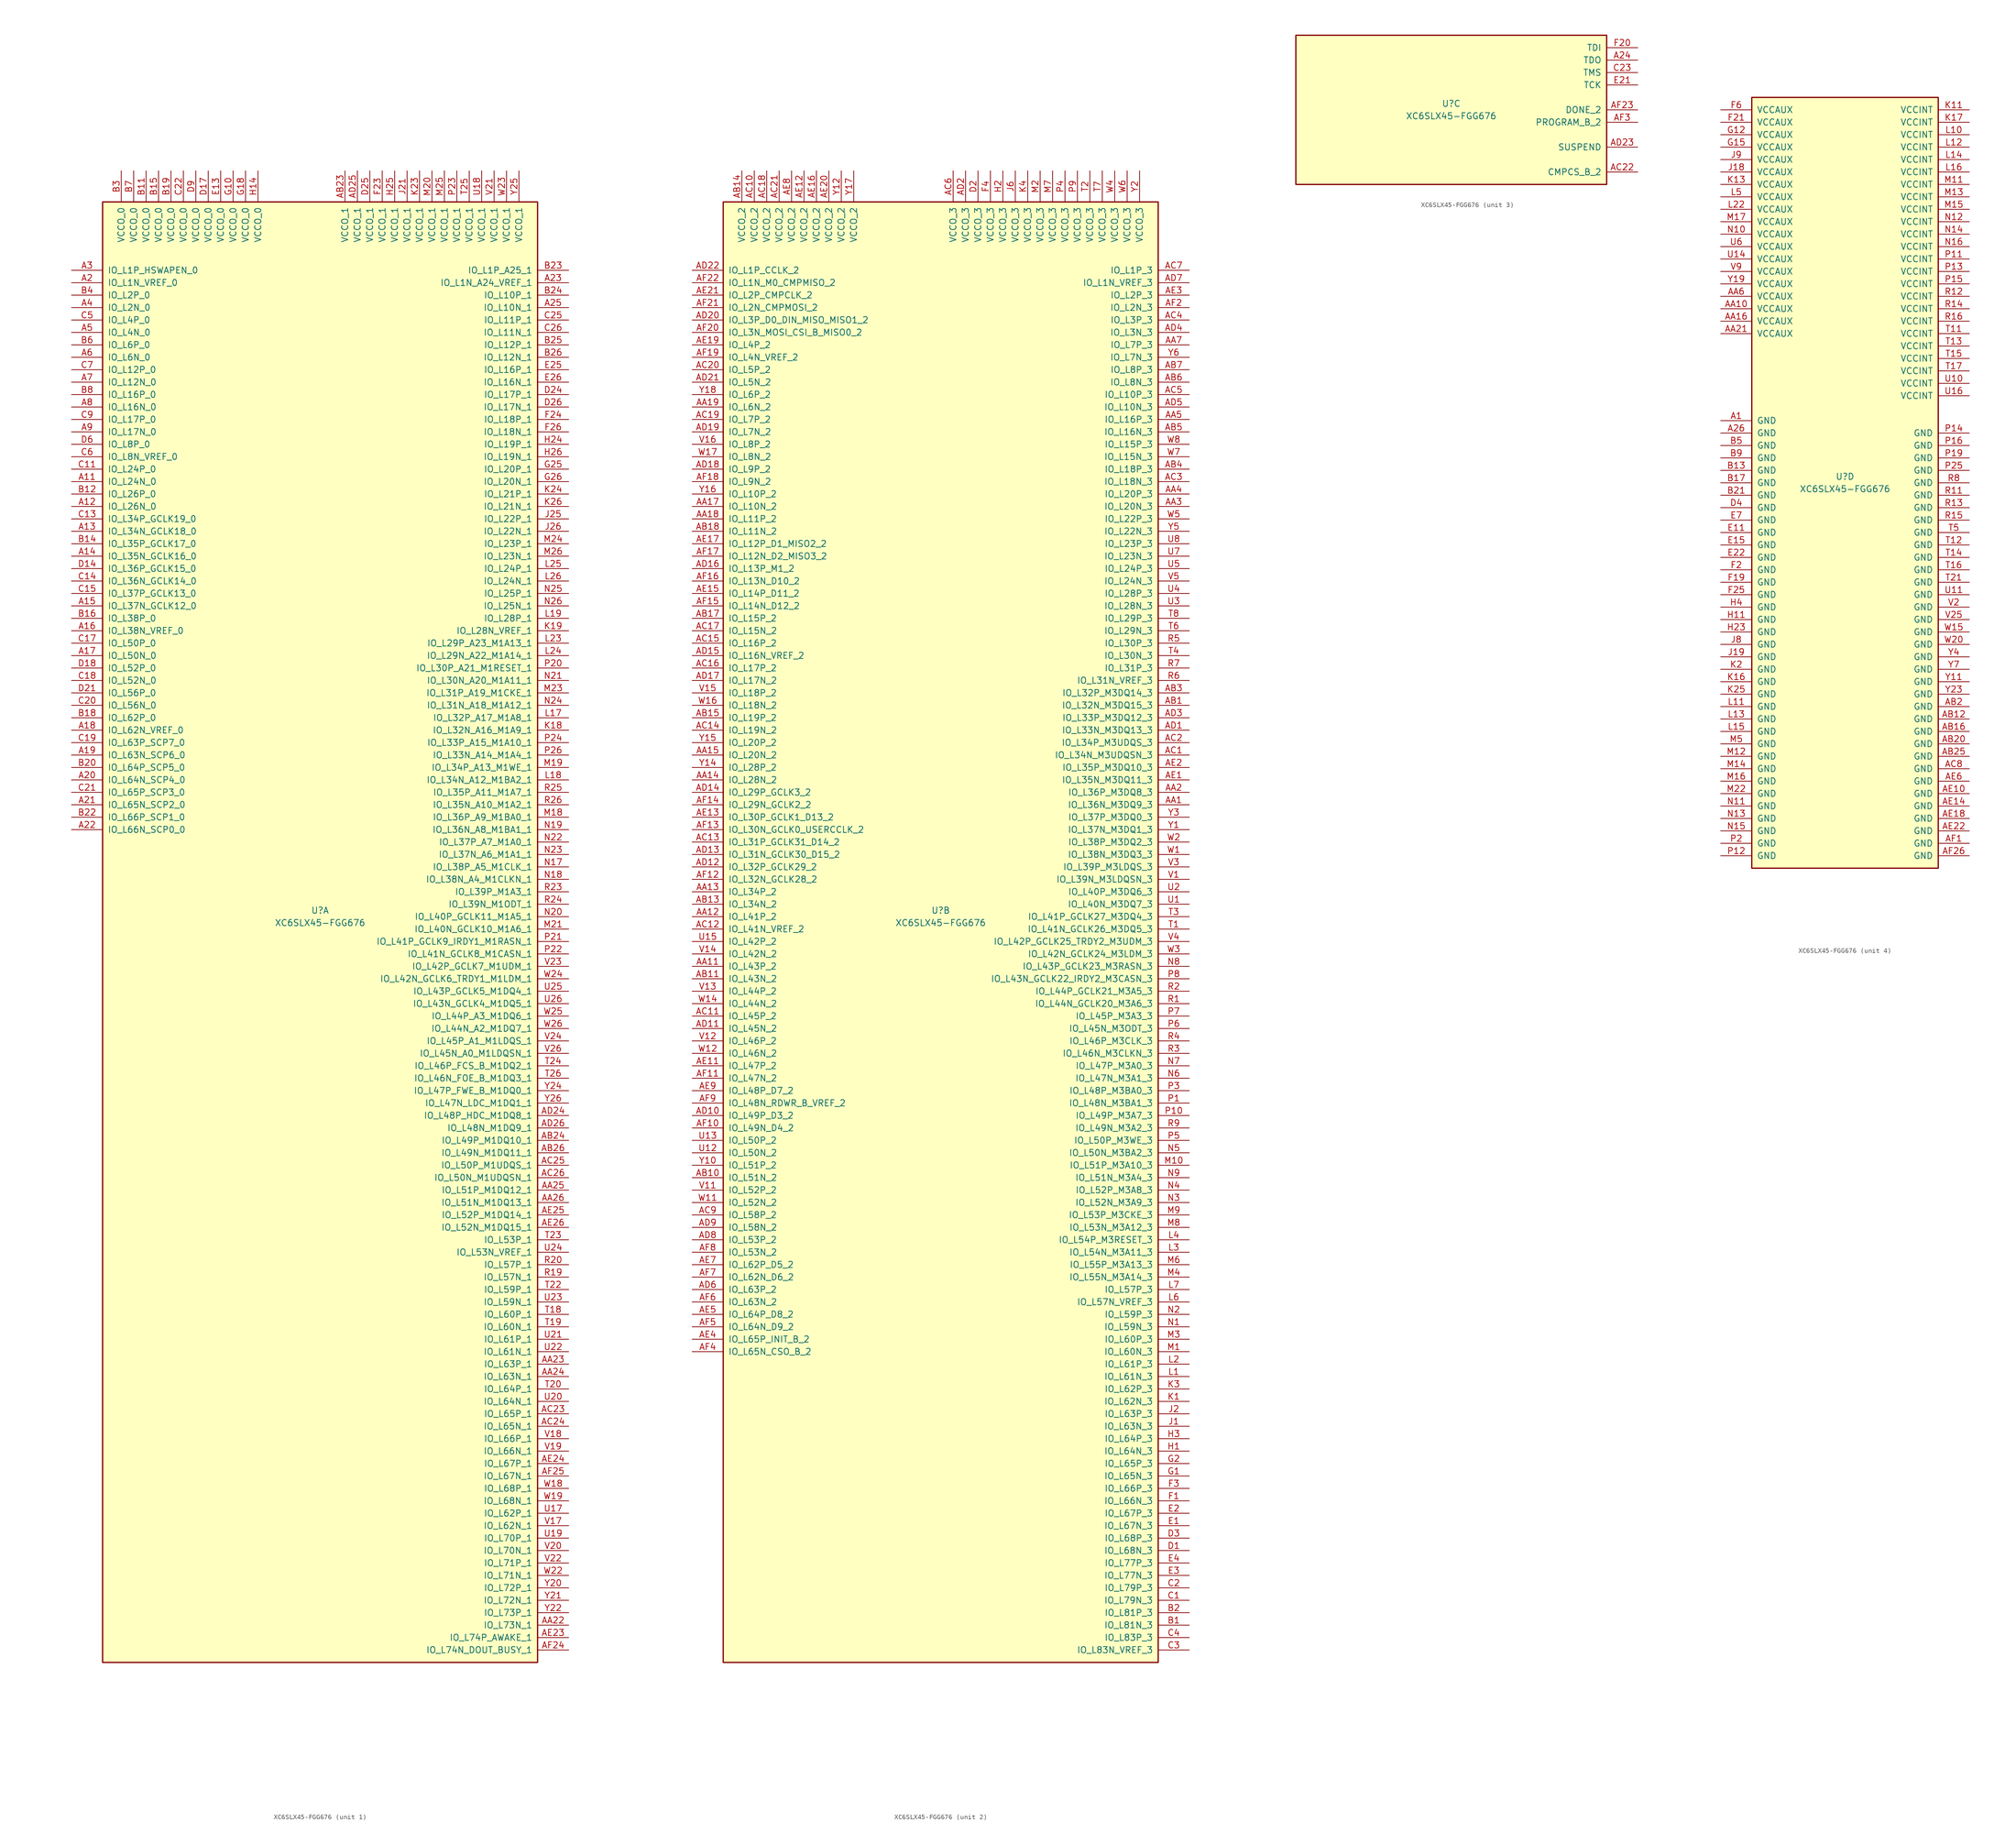
<source format=kicad_sym>
(kicad_symbol_lib
  (version 20211014)
  (generator kicad_symbol_editor)
  (symbol "XC6SLX45-FGG676"
    (pin_names
      (offset 1.016))
    (property "Reference" "U"
      (at 0 1.27 0)
      (effects (font (size 1.27 1.27))))
    (property "Value" "XC6SLX45-FGG676"
      (at 0 -1.27 0)
      (effects (font (size 1.27 1.27))))
    (property "Datasheet" ""
      (at 0 0 0)
      (effects (font (size 1.27 1.27))))
    (property "ki_locked" ""
      (at 0 0 0)
      (effects (font (size 1.27 1.27))))
    (symbol "XC6SLX45-FGG676_1_1"
      (rectangle (start -44.45 146.05) (end 44.45 -152.4) (stroke (width 0.254) (type default) (color 0 0 0 0)) (fill (type background)))
      (pin bidirectional line (at -50.8 88.9 0) (length 6.35) (name "IO_L24N_0" (effects (font (size 1.27 1.27)))) (number "A11" (effects (font (size 1.27 1.27)))))
      (pin bidirectional line (at -50.8 83.82 0) (length 6.35) (name "IO_L26N_0" (effects (font (size 1.27 1.27)))) (number "A12" (effects (font (size 1.27 1.27)))))
      (pin bidirectional line (at -50.8 78.74 0) (length 6.35) (name "IO_L34N_GCLK18_0" (effects (font (size 1.27 1.27)))) (number "A13" (effects (font (size 1.27 1.27)))))
      (pin bidirectional line (at -50.8 73.66 0) (length 6.35) (name "IO_L35N_GCLK16_0" (effects (font (size 1.27 1.27)))) (number "A14" (effects (font (size 1.27 1.27)))))
      (pin bidirectional line (at -50.8 63.5 0) (length 6.35) (name "IO_L37N_GCLK12_0" (effects (font (size 1.27 1.27)))) (number "A15" (effects (font (size 1.27 1.27)))))
      (pin bidirectional line (at -50.8 58.42 0) (length 6.35) (name "IO_L38N_VREF_0" (effects (font (size 1.27 1.27)))) (number "A16" (effects (font (size 1.27 1.27)))))
      (pin bidirectional line (at -50.8 53.34 0) (length 6.35) (name "IO_L50N_0" (effects (font (size 1.27 1.27)))) (number "A17" (effects (font (size 1.27 1.27)))))
      (pin bidirectional line (at -50.8 38.1 0) (length 6.35) (name "IO_L62N_VREF_0" (effects (font (size 1.27 1.27)))) (number "A18" (effects (font (size 1.27 1.27)))))
      (pin bidirectional line (at -50.8 33.02 0) (length 6.35) (name "IO_L63N_SCP6_0" (effects (font (size 1.27 1.27)))) (number "A19" (effects (font (size 1.27 1.27)))))
      (pin bidirectional line (at -50.8 129.54 0) (length 6.35) (name "IO_L1N_VREF_0" (effects (font (size 1.27 1.27)))) (number "A2" (effects (font (size 1.27 1.27)))))
      (pin bidirectional line (at -50.8 27.94 0) (length 6.35) (name "IO_L64N_SCP4_0" (effects (font (size 1.27 1.27)))) (number "A20" (effects (font (size 1.27 1.27)))))
      (pin bidirectional line (at -50.8 22.86 0) (length 6.35) (name "IO_L65N_SCP2_0" (effects (font (size 1.27 1.27)))) (number "A21" (effects (font (size 1.27 1.27)))))
      (pin bidirectional line (at -50.8 17.78 0) (length 6.35) (name "IO_L66N_SCP0_0" (effects (font (size 1.27 1.27)))) (number "A22" (effects (font (size 1.27 1.27)))))
      (pin bidirectional line (at 50.8 129.54 180) (length 6.35) (name "IO_L1N_A24_VREF_1" (effects (font (size 1.27 1.27)))) (number "A23" (effects (font (size 1.27 1.27)))))
      (pin bidirectional line (at 50.8 124.46 180) (length 6.35) (name "IO_L10N_1" (effects (font (size 1.27 1.27)))) (number "A25" (effects (font (size 1.27 1.27)))))
      (pin bidirectional line (at -50.8 132.08 0) (length 6.35) (name "IO_L1P_HSWAPEN_0" (effects (font (size 1.27 1.27)))) (number "A3" (effects (font (size 1.27 1.27)))))
      (pin bidirectional line (at -50.8 124.46 0) (length 6.35) (name "IO_L2N_0" (effects (font (size 1.27 1.27)))) (number "A4" (effects (font (size 1.27 1.27)))))
      (pin bidirectional line (at -50.8 119.38 0) (length 6.35) (name "IO_L4N_0" (effects (font (size 1.27 1.27)))) (number "A5" (effects (font (size 1.27 1.27)))))
      (pin bidirectional line (at -50.8 114.3 0) (length 6.35) (name "IO_L6N_0" (effects (font (size 1.27 1.27)))) (number "A6" (effects (font (size 1.27 1.27)))))
      (pin bidirectional line (at -50.8 109.22 0) (length 6.35) (name "IO_L12N_0" (effects (font (size 1.27 1.27)))) (number "A7" (effects (font (size 1.27 1.27)))))
      (pin bidirectional line (at -50.8 104.14 0) (length 6.35) (name "IO_L16N_0" (effects (font (size 1.27 1.27)))) (number "A8" (effects (font (size 1.27 1.27)))))
      (pin bidirectional line (at -50.8 99.06 0) (length 6.35) (name "IO_L17N_0" (effects (font (size 1.27 1.27)))) (number "A9" (effects (font (size 1.27 1.27)))))
      (pin bidirectional line (at 50.8 -144.78 180) (length 6.35) (name "IO_L73N_1" (effects (font (size 1.27 1.27)))) (number "AA22" (effects (font (size 1.27 1.27)))))
      (pin bidirectional line (at 50.8 -91.44 180) (length 6.35) (name "IO_L63P_1" (effects (font (size 1.27 1.27)))) (number "AA23" (effects (font (size 1.27 1.27)))))
      (pin bidirectional line (at 50.8 -93.98 180) (length 6.35) (name "IO_L63N_1" (effects (font (size 1.27 1.27)))) (number "AA24" (effects (font (size 1.27 1.27)))))
      (pin bidirectional line (at 50.8 -55.88 180) (length 6.35) (name "IO_L51P_M1DQ12_1" (effects (font (size 1.27 1.27)))) (number "AA25" (effects (font (size 1.27 1.27)))))
      (pin bidirectional line (at 50.8 -58.42 180) (length 6.35) (name "IO_L51N_M1DQ13_1" (effects (font (size 1.27 1.27)))) (number "AA26" (effects (font (size 1.27 1.27)))))
      (pin power_in line (at 5.08 152.4 270) (length 6.35) (name "VCCO_1" (effects (font (size 1.27 1.27)))) (number "AB23" (effects (font (size 1.27 1.27)))))
      (pin bidirectional line (at 50.8 -45.72 180) (length 6.35) (name "IO_L49P_M1DQ10_1" (effects (font (size 1.27 1.27)))) (number "AB24" (effects (font (size 1.27 1.27)))))
      (pin bidirectional line (at 50.8 -48.26 180) (length 6.35) (name "IO_L49N_M1DQ11_1" (effects (font (size 1.27 1.27)))) (number "AB26" (effects (font (size 1.27 1.27)))))
      (pin bidirectional line (at 50.8 -101.6 180) (length 6.35) (name "IO_L65P_1" (effects (font (size 1.27 1.27)))) (number "AC23" (effects (font (size 1.27 1.27)))))
      (pin bidirectional line (at 50.8 -104.14 180) (length 6.35) (name "IO_L65N_1" (effects (font (size 1.27 1.27)))) (number "AC24" (effects (font (size 1.27 1.27)))))
      (pin bidirectional line (at 50.8 -50.8 180) (length 6.35) (name "IO_L50P_M1UDQS_1" (effects (font (size 1.27 1.27)))) (number "AC25" (effects (font (size 1.27 1.27)))))
      (pin bidirectional line (at 50.8 -53.34 180) (length 6.35) (name "IO_L50N_M1UDQSN_1" (effects (font (size 1.27 1.27)))) (number "AC26" (effects (font (size 1.27 1.27)))))
      (pin bidirectional line (at 50.8 -40.64 180) (length 6.35) (name "IO_L48P_HDC_M1DQ8_1" (effects (font (size 1.27 1.27)))) (number "AD24" (effects (font (size 1.27 1.27)))))
      (pin power_in line (at 7.62 152.4 270) (length 6.35) (name "VCCO_1" (effects (font (size 1.27 1.27)))) (number "AD25" (effects (font (size 1.27 1.27)))))
      (pin bidirectional line (at 50.8 -43.18 180) (length 6.35) (name "IO_L48N_M1DQ9_1" (effects (font (size 1.27 1.27)))) (number "AD26" (effects (font (size 1.27 1.27)))))
      (pin bidirectional line (at 50.8 -147.32 180) (length 6.35) (name "IO_L74P_AWAKE_1" (effects (font (size 1.27 1.27)))) (number "AE23" (effects (font (size 1.27 1.27)))))
      (pin bidirectional line (at 50.8 -111.76 180) (length 6.35) (name "IO_L67P_1" (effects (font (size 1.27 1.27)))) (number "AE24" (effects (font (size 1.27 1.27)))))
      (pin bidirectional line (at 50.8 -60.96 180) (length 6.35) (name "IO_L52P_M1DQ14_1" (effects (font (size 1.27 1.27)))) (number "AE25" (effects (font (size 1.27 1.27)))))
      (pin bidirectional line (at 50.8 -63.5 180) (length 6.35) (name "IO_L52N_M1DQ15_1" (effects (font (size 1.27 1.27)))) (number "AE26" (effects (font (size 1.27 1.27)))))
      (pin bidirectional line (at 50.8 -149.86 180) (length 6.35) (name "IO_L74N_DOUT_BUSY_1" (effects (font (size 1.27 1.27)))) (number "AF24" (effects (font (size 1.27 1.27)))))
      (pin bidirectional line (at 50.8 -114.3 180) (length 6.35) (name "IO_L67N_1" (effects (font (size 1.27 1.27)))) (number "AF25" (effects (font (size 1.27 1.27)))))
      (pin power_in line (at -35.56 152.4 270) (length 6.35) (name "VCCO_0" (effects (font (size 1.27 1.27)))) (number "B11" (effects (font (size 1.27 1.27)))))
      (pin bidirectional line (at -50.8 86.36 0) (length 6.35) (name "IO_L26P_0" (effects (font (size 1.27 1.27)))) (number "B12" (effects (font (size 1.27 1.27)))))
      (pin bidirectional line (at -50.8 76.2 0) (length 6.35) (name "IO_L35P_GCLK17_0" (effects (font (size 1.27 1.27)))) (number "B14" (effects (font (size 1.27 1.27)))))
      (pin power_in line (at -33.02 152.4 270) (length 6.35) (name "VCCO_0" (effects (font (size 1.27 1.27)))) (number "B15" (effects (font (size 1.27 1.27)))))
      (pin bidirectional line (at -50.8 60.96 0) (length 6.35) (name "IO_L38P_0" (effects (font (size 1.27 1.27)))) (number "B16" (effects (font (size 1.27 1.27)))))
      (pin bidirectional line (at -50.8 40.64 0) (length 6.35) (name "IO_L62P_0" (effects (font (size 1.27 1.27)))) (number "B18" (effects (font (size 1.27 1.27)))))
      (pin power_in line (at -30.48 152.4 270) (length 6.35) (name "VCCO_0" (effects (font (size 1.27 1.27)))) (number "B19" (effects (font (size 1.27 1.27)))))
      (pin bidirectional line (at -50.8 30.48 0) (length 6.35) (name "IO_L64P_SCP5_0" (effects (font (size 1.27 1.27)))) (number "B20" (effects (font (size 1.27 1.27)))))
      (pin bidirectional line (at -50.8 20.32 0) (length 6.35) (name "IO_L66P_SCP1_0" (effects (font (size 1.27 1.27)))) (number "B22" (effects (font (size 1.27 1.27)))))
      (pin bidirectional line (at 50.8 132.08 180) (length 6.35) (name "IO_L1P_A25_1" (effects (font (size 1.27 1.27)))) (number "B23" (effects (font (size 1.27 1.27)))))
      (pin bidirectional line (at 50.8 127 180) (length 6.35) (name "IO_L10P_1" (effects (font (size 1.27 1.27)))) (number "B24" (effects (font (size 1.27 1.27)))))
      (pin bidirectional line (at 50.8 116.84 180) (length 6.35) (name "IO_L12P_1" (effects (font (size 1.27 1.27)))) (number "B25" (effects (font (size 1.27 1.27)))))
      (pin bidirectional line (at 50.8 114.3 180) (length 6.35) (name "IO_L12N_1" (effects (font (size 1.27 1.27)))) (number "B26" (effects (font (size 1.27 1.27)))))
      (pin power_in line (at -40.64 152.4 270) (length 6.35) (name "VCCO_0" (effects (font (size 1.27 1.27)))) (number "B3" (effects (font (size 1.27 1.27)))))
      (pin bidirectional line (at -50.8 127 0) (length 6.35) (name "IO_L2P_0" (effects (font (size 1.27 1.27)))) (number "B4" (effects (font (size 1.27 1.27)))))
      (pin bidirectional line (at -50.8 116.84 0) (length 6.35) (name "IO_L6P_0" (effects (font (size 1.27 1.27)))) (number "B6" (effects (font (size 1.27 1.27)))))
      (pin power_in line (at -38.1 152.4 270) (length 6.35) (name "VCCO_0" (effects (font (size 1.27 1.27)))) (number "B7" (effects (font (size 1.27 1.27)))))
      (pin bidirectional line (at -50.8 106.68 0) (length 6.35) (name "IO_L16P_0" (effects (font (size 1.27 1.27)))) (number "B8" (effects (font (size 1.27 1.27)))))
      (pin bidirectional line (at -50.8 91.44 0) (length 6.35) (name "IO_L24P_0" (effects (font (size 1.27 1.27)))) (number "C11" (effects (font (size 1.27 1.27)))))
      (pin bidirectional line (at -50.8 81.28 0) (length 6.35) (name "IO_L34P_GCLK19_0" (effects (font (size 1.27 1.27)))) (number "C13" (effects (font (size 1.27 1.27)))))
      (pin bidirectional line (at -50.8 68.58 0) (length 6.35) (name "IO_L36N_GCLK14_0" (effects (font (size 1.27 1.27)))) (number "C14" (effects (font (size 1.27 1.27)))))
      (pin bidirectional line (at -50.8 66.04 0) (length 6.35) (name "IO_L37P_GCLK13_0" (effects (font (size 1.27 1.27)))) (number "C15" (effects (font (size 1.27 1.27)))))
      (pin bidirectional line (at -50.8 55.88 0) (length 6.35) (name "IO_L50P_0" (effects (font (size 1.27 1.27)))) (number "C17" (effects (font (size 1.27 1.27)))))
      (pin bidirectional line (at -50.8 48.26 0) (length 6.35) (name "IO_L52N_0" (effects (font (size 1.27 1.27)))) (number "C18" (effects (font (size 1.27 1.27)))))
      (pin bidirectional line (at -50.8 35.56 0) (length 6.35) (name "IO_L63P_SCP7_0" (effects (font (size 1.27 1.27)))) (number "C19" (effects (font (size 1.27 1.27)))))
      (pin bidirectional line (at -50.8 43.18 0) (length 6.35) (name "IO_L56N_0" (effects (font (size 1.27 1.27)))) (number "C20" (effects (font (size 1.27 1.27)))))
      (pin bidirectional line (at -50.8 25.4 0) (length 6.35) (name "IO_L65P_SCP3_0" (effects (font (size 1.27 1.27)))) (number "C21" (effects (font (size 1.27 1.27)))))
      (pin power_in line (at -27.94 152.4 270) (length 6.35) (name "VCCO_0" (effects (font (size 1.27 1.27)))) (number "C22" (effects (font (size 1.27 1.27)))))
      (pin bidirectional line (at 50.8 121.92 180) (length 6.35) (name "IO_L11P_1" (effects (font (size 1.27 1.27)))) (number "C25" (effects (font (size 1.27 1.27)))))
      (pin bidirectional line (at 50.8 119.38 180) (length 6.35) (name "IO_L11N_1" (effects (font (size 1.27 1.27)))) (number "C26" (effects (font (size 1.27 1.27)))))
      (pin bidirectional line (at -50.8 121.92 0) (length 6.35) (name "IO_L4P_0" (effects (font (size 1.27 1.27)))) (number "C5" (effects (font (size 1.27 1.27)))))
      (pin bidirectional line (at -50.8 93.98 0) (length 6.35) (name "IO_L8N_VREF_0" (effects (font (size 1.27 1.27)))) (number "C6" (effects (font (size 1.27 1.27)))))
      (pin bidirectional line (at -50.8 111.76 0) (length 6.35) (name "IO_L12P_0" (effects (font (size 1.27 1.27)))) (number "C7" (effects (font (size 1.27 1.27)))))
      (pin bidirectional line (at -50.8 101.6 0) (length 6.35) (name "IO_L17P_0" (effects (font (size 1.27 1.27)))) (number "C9" (effects (font (size 1.27 1.27)))))
      (pin bidirectional line (at -50.8 71.12 0) (length 6.35) (name "IO_L36P_GCLK15_0" (effects (font (size 1.27 1.27)))) (number "D14" (effects (font (size 1.27 1.27)))))
      (pin power_in line (at -22.86 152.4 270) (length 6.35) (name "VCCO_0" (effects (font (size 1.27 1.27)))) (number "D17" (effects (font (size 1.27 1.27)))))
      (pin bidirectional line (at -50.8 50.8 0) (length 6.35) (name "IO_L52P_0" (effects (font (size 1.27 1.27)))) (number "D18" (effects (font (size 1.27 1.27)))))
      (pin bidirectional line (at -50.8 45.72 0) (length 6.35) (name "IO_L56P_0" (effects (font (size 1.27 1.27)))) (number "D21" (effects (font (size 1.27 1.27)))))
      (pin bidirectional line (at 50.8 106.68 180) (length 6.35) (name "IO_L17P_1" (effects (font (size 1.27 1.27)))) (number "D24" (effects (font (size 1.27 1.27)))))
      (pin power_in line (at 10.16 152.4 270) (length 6.35) (name "VCCO_1" (effects (font (size 1.27 1.27)))) (number "D25" (effects (font (size 1.27 1.27)))))
      (pin bidirectional line (at 50.8 104.14 180) (length 6.35) (name "IO_L17N_1" (effects (font (size 1.27 1.27)))) (number "D26" (effects (font (size 1.27 1.27)))))
      (pin bidirectional line (at -50.8 96.52 0) (length 6.35) (name "IO_L8P_0" (effects (font (size 1.27 1.27)))) (number "D6" (effects (font (size 1.27 1.27)))))
      (pin power_in line (at -25.4 152.4 270) (length 6.35) (name "VCCO_0" (effects (font (size 1.27 1.27)))) (number "D9" (effects (font (size 1.27 1.27)))))
      (pin power_in line (at -20.32 152.4 270) (length 6.35) (name "VCCO_0" (effects (font (size 1.27 1.27)))) (number "E13" (effects (font (size 1.27 1.27)))))
      (pin bidirectional line (at 50.8 111.76 180) (length 6.35) (name "IO_L16P_1" (effects (font (size 1.27 1.27)))) (number "E25" (effects (font (size 1.27 1.27)))))
      (pin bidirectional line (at 50.8 109.22 180) (length 6.35) (name "IO_L16N_1" (effects (font (size 1.27 1.27)))) (number "E26" (effects (font (size 1.27 1.27)))))
      (pin power_in line (at 12.7 152.4 270) (length 6.35) (name "VCCO_1" (effects (font (size 1.27 1.27)))) (number "F23" (effects (font (size 1.27 1.27)))))
      (pin bidirectional line (at 50.8 101.6 180) (length 6.35) (name "IO_L18P_1" (effects (font (size 1.27 1.27)))) (number "F24" (effects (font (size 1.27 1.27)))))
      (pin bidirectional line (at 50.8 99.06 180) (length 6.35) (name "IO_L18N_1" (effects (font (size 1.27 1.27)))) (number "F26" (effects (font (size 1.27 1.27)))))
      (pin power_in line (at -17.78 152.4 270) (length 6.35) (name "VCCO_0" (effects (font (size 1.27 1.27)))) (number "G10" (effects (font (size 1.27 1.27)))))
      (pin power_in line (at -15.24 152.4 270) (length 6.35) (name "VCCO_0" (effects (font (size 1.27 1.27)))) (number "G18" (effects (font (size 1.27 1.27)))))
      (pin bidirectional line (at 50.8 91.44 180) (length 6.35) (name "IO_L20P_1" (effects (font (size 1.27 1.27)))) (number "G25" (effects (font (size 1.27 1.27)))))
      (pin bidirectional line (at 50.8 88.9 180) (length 6.35) (name "IO_L20N_1" (effects (font (size 1.27 1.27)))) (number "G26" (effects (font (size 1.27 1.27)))))
      (pin power_in line (at -12.7 152.4 270) (length 6.35) (name "VCCO_0" (effects (font (size 1.27 1.27)))) (number "H14" (effects (font (size 1.27 1.27)))))
      (pin bidirectional line (at 50.8 96.52 180) (length 6.35) (name "IO_L19P_1" (effects (font (size 1.27 1.27)))) (number "H24" (effects (font (size 1.27 1.27)))))
      (pin power_in line (at 15.24 152.4 270) (length 6.35) (name "VCCO_1" (effects (font (size 1.27 1.27)))) (number "H25" (effects (font (size 1.27 1.27)))))
      (pin bidirectional line (at 50.8 93.98 180) (length 6.35) (name "IO_L19N_1" (effects (font (size 1.27 1.27)))) (number "H26" (effects (font (size 1.27 1.27)))))
      (pin power_in line (at 17.78 152.4 270) (length 6.35) (name "VCCO_1" (effects (font (size 1.27 1.27)))) (number "J21" (effects (font (size 1.27 1.27)))))
      (pin bidirectional line (at 50.8 81.28 180) (length 6.35) (name "IO_L22P_1" (effects (font (size 1.27 1.27)))) (number "J25" (effects (font (size 1.27 1.27)))))
      (pin bidirectional line (at 50.8 78.74 180) (length 6.35) (name "IO_L22N_1" (effects (font (size 1.27 1.27)))) (number "J26" (effects (font (size 1.27 1.27)))))
      (pin bidirectional line (at 50.8 38.1 180) (length 6.35) (name "IO_L32N_A16_M1A9_1" (effects (font (size 1.27 1.27)))) (number "K18" (effects (font (size 1.27 1.27)))))
      (pin bidirectional line (at 50.8 58.42 180) (length 6.35) (name "IO_L28N_VREF_1" (effects (font (size 1.27 1.27)))) (number "K19" (effects (font (size 1.27 1.27)))))
      (pin power_in line (at 20.32 152.4 270) (length 6.35) (name "VCCO_1" (effects (font (size 1.27 1.27)))) (number "K23" (effects (font (size 1.27 1.27)))))
      (pin bidirectional line (at 50.8 86.36 180) (length 6.35) (name "IO_L21P_1" (effects (font (size 1.27 1.27)))) (number "K24" (effects (font (size 1.27 1.27)))))
      (pin bidirectional line (at 50.8 83.82 180) (length 6.35) (name "IO_L21N_1" (effects (font (size 1.27 1.27)))) (number "K26" (effects (font (size 1.27 1.27)))))
      (pin bidirectional line (at 50.8 40.64 180) (length 6.35) (name "IO_L32P_A17_M1A8_1" (effects (font (size 1.27 1.27)))) (number "L17" (effects (font (size 1.27 1.27)))))
      (pin bidirectional line (at 50.8 27.94 180) (length 6.35) (name "IO_L34N_A12_M1BA2_1" (effects (font (size 1.27 1.27)))) (number "L18" (effects (font (size 1.27 1.27)))))
      (pin bidirectional line (at 50.8 60.96 180) (length 6.35) (name "IO_L28P_1" (effects (font (size 1.27 1.27)))) (number "L19" (effects (font (size 1.27 1.27)))))
      (pin bidirectional line (at 50.8 55.88 180) (length 6.35) (name "IO_L29P_A23_M1A13_1" (effects (font (size 1.27 1.27)))) (number "L23" (effects (font (size 1.27 1.27)))))
      (pin bidirectional line (at 50.8 53.34 180) (length 6.35) (name "IO_L29N_A22_M1A14_1" (effects (font (size 1.27 1.27)))) (number "L24" (effects (font (size 1.27 1.27)))))
      (pin bidirectional line (at 50.8 71.12 180) (length 6.35) (name "IO_L24P_1" (effects (font (size 1.27 1.27)))) (number "L25" (effects (font (size 1.27 1.27)))))
      (pin bidirectional line (at 50.8 68.58 180) (length 6.35) (name "IO_L24N_1" (effects (font (size 1.27 1.27)))) (number "L26" (effects (font (size 1.27 1.27)))))
      (pin bidirectional line (at 50.8 20.32 180) (length 6.35) (name "IO_L36P_A9_M1BA0_1" (effects (font (size 1.27 1.27)))) (number "M18" (effects (font (size 1.27 1.27)))))
      (pin bidirectional line (at 50.8 30.48 180) (length 6.35) (name "IO_L34P_A13_M1WE_1" (effects (font (size 1.27 1.27)))) (number "M19" (effects (font (size 1.27 1.27)))))
      (pin power_in line (at 22.86 152.4 270) (length 6.35) (name "VCCO_1" (effects (font (size 1.27 1.27)))) (number "M20" (effects (font (size 1.27 1.27)))))
      (pin bidirectional line (at 50.8 -2.54 180) (length 6.35) (name "IO_L40N_GCLK10_M1A6_1" (effects (font (size 1.27 1.27)))) (number "M21" (effects (font (size 1.27 1.27)))))
      (pin bidirectional line (at 50.8 45.72 180) (length 6.35) (name "IO_L31P_A19_M1CKE_1" (effects (font (size 1.27 1.27)))) (number "M23" (effects (font (size 1.27 1.27)))))
      (pin bidirectional line (at 50.8 76.2 180) (length 6.35) (name "IO_L23P_1" (effects (font (size 1.27 1.27)))) (number "M24" (effects (font (size 1.27 1.27)))))
      (pin power_in line (at 25.4 152.4 270) (length 6.35) (name "VCCO_1" (effects (font (size 1.27 1.27)))) (number "M25" (effects (font (size 1.27 1.27)))))
      (pin bidirectional line (at 50.8 73.66 180) (length 6.35) (name "IO_L23N_1" (effects (font (size 1.27 1.27)))) (number "M26" (effects (font (size 1.27 1.27)))))
      (pin bidirectional line (at 50.8 10.16 180) (length 6.35) (name "IO_L38P_A5_M1CLK_1" (effects (font (size 1.27 1.27)))) (number "N17" (effects (font (size 1.27 1.27)))))
      (pin bidirectional line (at 50.8 7.62 180) (length 6.35) (name "IO_L38N_A4_M1CLKN_1" (effects (font (size 1.27 1.27)))) (number "N18" (effects (font (size 1.27 1.27)))))
      (pin bidirectional line (at 50.8 17.78 180) (length 6.35) (name "IO_L36N_A8_M1BA1_1" (effects (font (size 1.27 1.27)))) (number "N19" (effects (font (size 1.27 1.27)))))
      (pin bidirectional line (at 50.8 0 180) (length 6.35) (name "IO_L40P_GCLK11_M1A5_1" (effects (font (size 1.27 1.27)))) (number "N20" (effects (font (size 1.27 1.27)))))
      (pin bidirectional line (at 50.8 48.26 180) (length 6.35) (name "IO_L30N_A20_M1A11_1" (effects (font (size 1.27 1.27)))) (number "N21" (effects (font (size 1.27 1.27)))))
      (pin bidirectional line (at 50.8 15.24 180) (length 6.35) (name "IO_L37P_A7_M1A0_1" (effects (font (size 1.27 1.27)))) (number "N22" (effects (font (size 1.27 1.27)))))
      (pin bidirectional line (at 50.8 12.7 180) (length 6.35) (name "IO_L37N_A6_M1A1_1" (effects (font (size 1.27 1.27)))) (number "N23" (effects (font (size 1.27 1.27)))))
      (pin bidirectional line (at 50.8 43.18 180) (length 6.35) (name "IO_L31N_A18_M1A12_1" (effects (font (size 1.27 1.27)))) (number "N24" (effects (font (size 1.27 1.27)))))
      (pin bidirectional line (at 50.8 66.04 180) (length 6.35) (name "IO_L25P_1" (effects (font (size 1.27 1.27)))) (number "N25" (effects (font (size 1.27 1.27)))))
      (pin bidirectional line (at 50.8 63.5 180) (length 6.35) (name "IO_L25N_1" (effects (font (size 1.27 1.27)))) (number "N26" (effects (font (size 1.27 1.27)))))
      (pin bidirectional line (at 50.8 50.8 180) (length 6.35) (name "IO_L30P_A21_M1RESET_1" (effects (font (size 1.27 1.27)))) (number "P20" (effects (font (size 1.27 1.27)))))
      (pin bidirectional line (at 50.8 -5.08 180) (length 6.35) (name "IO_L41P_GCLK9_IRDY1_M1RASN_1" (effects (font (size 1.27 1.27)))) (number "P21" (effects (font (size 1.27 1.27)))))
      (pin bidirectional line (at 50.8 -7.62 180) (length 6.35) (name "IO_L41N_GCLK8_M1CASN_1" (effects (font (size 1.27 1.27)))) (number "P22" (effects (font (size 1.27 1.27)))))
      (pin power_in line (at 27.94 152.4 270) (length 6.35) (name "VCCO_1" (effects (font (size 1.27 1.27)))) (number "P23" (effects (font (size 1.27 1.27)))))
      (pin bidirectional line (at 50.8 35.56 180) (length 6.35) (name "IO_L33P_A15_M1A10_1" (effects (font (size 1.27 1.27)))) (number "P24" (effects (font (size 1.27 1.27)))))
      (pin bidirectional line (at 50.8 33.02 180) (length 6.35) (name "IO_L33N_A14_M1A4_1" (effects (font (size 1.27 1.27)))) (number "P26" (effects (font (size 1.27 1.27)))))
      (pin bidirectional line (at 50.8 -73.66 180) (length 6.35) (name "IO_L57N_1" (effects (font (size 1.27 1.27)))) (number "R19" (effects (font (size 1.27 1.27)))))
      (pin bidirectional line (at 50.8 -71.12 180) (length 6.35) (name "IO_L57P_1" (effects (font (size 1.27 1.27)))) (number "R20" (effects (font (size 1.27 1.27)))))
      (pin bidirectional line (at 50.8 5.08 180) (length 6.35) (name "IO_L39P_M1A3_1" (effects (font (size 1.27 1.27)))) (number "R23" (effects (font (size 1.27 1.27)))))
      (pin bidirectional line (at 50.8 2.54 180) (length 6.35) (name "IO_L39N_M1ODT_1" (effects (font (size 1.27 1.27)))) (number "R24" (effects (font (size 1.27 1.27)))))
      (pin bidirectional line (at 50.8 25.4 180) (length 6.35) (name "IO_L35P_A11_M1A7_1" (effects (font (size 1.27 1.27)))) (number "R25" (effects (font (size 1.27 1.27)))))
      (pin bidirectional line (at 50.8 22.86 180) (length 6.35) (name "IO_L35N_A10_M1A2_1" (effects (font (size 1.27 1.27)))) (number "R26" (effects (font (size 1.27 1.27)))))
      (pin bidirectional line (at 50.8 -81.28 180) (length 6.35) (name "IO_L60P_1" (effects (font (size 1.27 1.27)))) (number "T18" (effects (font (size 1.27 1.27)))))
      (pin bidirectional line (at 50.8 -83.82 180) (length 6.35) (name "IO_L60N_1" (effects (font (size 1.27 1.27)))) (number "T19" (effects (font (size 1.27 1.27)))))
      (pin bidirectional line (at 50.8 -96.52 180) (length 6.35) (name "IO_L64P_1" (effects (font (size 1.27 1.27)))) (number "T20" (effects (font (size 1.27 1.27)))))
      (pin bidirectional line (at 50.8 -76.2 180) (length 6.35) (name "IO_L59P_1" (effects (font (size 1.27 1.27)))) (number "T22" (effects (font (size 1.27 1.27)))))
      (pin bidirectional line (at 50.8 -66.04 180) (length 6.35) (name "IO_L53P_1" (effects (font (size 1.27 1.27)))) (number "T23" (effects (font (size 1.27 1.27)))))
      (pin bidirectional line (at 50.8 -30.48 180) (length 6.35) (name "IO_L46P_FCS_B_M1DQ2_1" (effects (font (size 1.27 1.27)))) (number "T24" (effects (font (size 1.27 1.27)))))
      (pin power_in line (at 30.48 152.4 270) (length 6.35) (name "VCCO_1" (effects (font (size 1.27 1.27)))) (number "T25" (effects (font (size 1.27 1.27)))))
      (pin bidirectional line (at 50.8 -33.02 180) (length 6.35) (name "IO_L46N_FOE_B_M1DQ3_1" (effects (font (size 1.27 1.27)))) (number "T26" (effects (font (size 1.27 1.27)))))
      (pin bidirectional line (at 50.8 -121.92 180) (length 6.35) (name "IO_L62P_1" (effects (font (size 1.27 1.27)))) (number "U17" (effects (font (size 1.27 1.27)))))
      (pin power_in line (at 33.02 152.4 270) (length 6.35) (name "VCCO_1" (effects (font (size 1.27 1.27)))) (number "U18" (effects (font (size 1.27 1.27)))))
      (pin bidirectional line (at 50.8 -127 180) (length 6.35) (name "IO_L70P_1" (effects (font (size 1.27 1.27)))) (number "U19" (effects (font (size 1.27 1.27)))))
      (pin bidirectional line (at 50.8 -99.06 180) (length 6.35) (name "IO_L64N_1" (effects (font (size 1.27 1.27)))) (number "U20" (effects (font (size 1.27 1.27)))))
      (pin bidirectional line (at 50.8 -86.36 180) (length 6.35) (name "IO_L61P_1" (effects (font (size 1.27 1.27)))) (number "U21" (effects (font (size 1.27 1.27)))))
      (pin bidirectional line (at 50.8 -88.9 180) (length 6.35) (name "IO_L61N_1" (effects (font (size 1.27 1.27)))) (number "U22" (effects (font (size 1.27 1.27)))))
      (pin bidirectional line (at 50.8 -78.74 180) (length 6.35) (name "IO_L59N_1" (effects (font (size 1.27 1.27)))) (number "U23" (effects (font (size 1.27 1.27)))))
      (pin bidirectional line (at 50.8 -68.58 180) (length 6.35) (name "IO_L53N_VREF_1" (effects (font (size 1.27 1.27)))) (number "U24" (effects (font (size 1.27 1.27)))))
      (pin bidirectional line (at 50.8 -15.24 180) (length 6.35) (name "IO_L43P_GCLK5_M1DQ4_1" (effects (font (size 1.27 1.27)))) (number "U25" (effects (font (size 1.27 1.27)))))
      (pin bidirectional line (at 50.8 -17.78 180) (length 6.35) (name "IO_L43N_GCLK4_M1DQ5_1" (effects (font (size 1.27 1.27)))) (number "U26" (effects (font (size 1.27 1.27)))))
      (pin bidirectional line (at 50.8 -124.46 180) (length 6.35) (name "IO_L62N_1" (effects (font (size 1.27 1.27)))) (number "V17" (effects (font (size 1.27 1.27)))))
      (pin bidirectional line (at 50.8 -106.68 180) (length 6.35) (name "IO_L66P_1" (effects (font (size 1.27 1.27)))) (number "V18" (effects (font (size 1.27 1.27)))))
      (pin bidirectional line (at 50.8 -109.22 180) (length 6.35) (name "IO_L66N_1" (effects (font (size 1.27 1.27)))) (number "V19" (effects (font (size 1.27 1.27)))))
      (pin bidirectional line (at 50.8 -129.54 180) (length 6.35) (name "IO_L70N_1" (effects (font (size 1.27 1.27)))) (number "V20" (effects (font (size 1.27 1.27)))))
      (pin power_in line (at 35.56 152.4 270) (length 6.35) (name "VCCO_1" (effects (font (size 1.27 1.27)))) (number "V21" (effects (font (size 1.27 1.27)))))
      (pin bidirectional line (at 50.8 -132.08 180) (length 6.35) (name "IO_L71P_1" (effects (font (size 1.27 1.27)))) (number "V22" (effects (font (size 1.27 1.27)))))
      (pin bidirectional line (at 50.8 -10.16 180) (length 6.35) (name "IO_L42P_GCLK7_M1UDM_1" (effects (font (size 1.27 1.27)))) (number "V23" (effects (font (size 1.27 1.27)))))
      (pin bidirectional line (at 50.8 -25.4 180) (length 6.35) (name "IO_L45P_A1_M1LDQS_1" (effects (font (size 1.27 1.27)))) (number "V24" (effects (font (size 1.27 1.27)))))
      (pin bidirectional line (at 50.8 -27.94 180) (length 6.35) (name "IO_L45N_A0_M1LDQSN_1" (effects (font (size 1.27 1.27)))) (number "V26" (effects (font (size 1.27 1.27)))))
      (pin bidirectional line (at 50.8 -116.84 180) (length 6.35) (name "IO_L68P_1" (effects (font (size 1.27 1.27)))) (number "W18" (effects (font (size 1.27 1.27)))))
      (pin bidirectional line (at 50.8 -119.38 180) (length 6.35) (name "IO_L68N_1" (effects (font (size 1.27 1.27)))) (number "W19" (effects (font (size 1.27 1.27)))))
      (pin bidirectional line (at 50.8 -134.62 180) (length 6.35) (name "IO_L71N_1" (effects (font (size 1.27 1.27)))) (number "W22" (effects (font (size 1.27 1.27)))))
      (pin power_in line (at 38.1 152.4 270) (length 6.35) (name "VCCO_1" (effects (font (size 1.27 1.27)))) (number "W23" (effects (font (size 1.27 1.27)))))
      (pin bidirectional line (at 50.8 -12.7 180) (length 6.35) (name "IO_L42N_GCLK6_TRDY1_M1LDM_1" (effects (font (size 1.27 1.27)))) (number "W24" (effects (font (size 1.27 1.27)))))
      (pin bidirectional line (at 50.8 -20.32 180) (length 6.35) (name "IO_L44P_A3_M1DQ6_1" (effects (font (size 1.27 1.27)))) (number "W25" (effects (font (size 1.27 1.27)))))
      (pin bidirectional line (at 50.8 -22.86 180) (length 6.35) (name "IO_L44N_A2_M1DQ7_1" (effects (font (size 1.27 1.27)))) (number "W26" (effects (font (size 1.27 1.27)))))
      (pin bidirectional line (at 50.8 -137.16 180) (length 6.35) (name "IO_L72P_1" (effects (font (size 1.27 1.27)))) (number "Y20" (effects (font (size 1.27 1.27)))))
      (pin bidirectional line (at 50.8 -139.7 180) (length 6.35) (name "IO_L72N_1" (effects (font (size 1.27 1.27)))) (number "Y21" (effects (font (size 1.27 1.27)))))
      (pin bidirectional line (at 50.8 -142.24 180) (length 6.35) (name "IO_L73P_1" (effects (font (size 1.27 1.27)))) (number "Y22" (effects (font (size 1.27 1.27)))))
      (pin bidirectional line (at 50.8 -35.56 180) (length 6.35) (name "IO_L47P_FWE_B_M1DQ0_1" (effects (font (size 1.27 1.27)))) (number "Y24" (effects (font (size 1.27 1.27)))))
      (pin power_in line (at 40.64 152.4 270) (length 6.35) (name "VCCO_1" (effects (font (size 1.27 1.27)))) (number "Y25" (effects (font (size 1.27 1.27)))))
      (pin bidirectional line (at 50.8 -38.1 180) (length 6.35) (name "IO_L47N_LDC_M1DQ1_1" (effects (font (size 1.27 1.27)))) (number "Y26" (effects (font (size 1.27 1.27))))))
    (symbol "XC6SLX45-FGG676_2_1"
      (rectangle (start -44.45 146.05) (end 44.45 -152.4) (stroke (width 0.254) (type default) (color 0 0 0 0)) (fill (type background)))
      (pin bidirectional line (at 50.8 22.86 180) (length 6.35) (name "IO_L36N_M3DQ9_3" (effects (font (size 1.27 1.27)))) (number "AA1" (effects (font (size 1.27 1.27)))))
      (pin bidirectional line (at -50.8 -10.16 0) (length 6.35) (name "IO_L43P_2" (effects (font (size 1.27 1.27)))) (number "AA11" (effects (font (size 1.27 1.27)))))
      (pin bidirectional line (at -50.8 0 0) (length 6.35) (name "IO_L41P_2" (effects (font (size 1.27 1.27)))) (number "AA12" (effects (font (size 1.27 1.27)))))
      (pin bidirectional line (at -50.8 5.08 0) (length 6.35) (name "IO_L34P_2" (effects (font (size 1.27 1.27)))) (number "AA13" (effects (font (size 1.27 1.27)))))
      (pin bidirectional line (at -50.8 27.94 0) (length 6.35) (name "IO_L28N_2" (effects (font (size 1.27 1.27)))) (number "AA14" (effects (font (size 1.27 1.27)))))
      (pin bidirectional line (at -50.8 33.02 0) (length 6.35) (name "IO_L20N_2" (effects (font (size 1.27 1.27)))) (number "AA15" (effects (font (size 1.27 1.27)))))
      (pin bidirectional line (at -50.8 83.82 0) (length 6.35) (name "IO_L10N_2" (effects (font (size 1.27 1.27)))) (number "AA17" (effects (font (size 1.27 1.27)))))
      (pin bidirectional line (at -50.8 81.28 0) (length 6.35) (name "IO_L11P_2" (effects (font (size 1.27 1.27)))) (number "AA18" (effects (font (size 1.27 1.27)))))
      (pin bidirectional line (at -50.8 104.14 0) (length 6.35) (name "IO_L6N_2" (effects (font (size 1.27 1.27)))) (number "AA19" (effects (font (size 1.27 1.27)))))
      (pin bidirectional line (at 50.8 25.4 180) (length 6.35) (name "IO_L36P_M3DQ8_3" (effects (font (size 1.27 1.27)))) (number "AA2" (effects (font (size 1.27 1.27)))))
      (pin bidirectional line (at 50.8 83.82 180) (length 6.35) (name "IO_L20N_3" (effects (font (size 1.27 1.27)))) (number "AA3" (effects (font (size 1.27 1.27)))))
      (pin bidirectional line (at 50.8 86.36 180) (length 6.35) (name "IO_L20P_3" (effects (font (size 1.27 1.27)))) (number "AA4" (effects (font (size 1.27 1.27)))))
      (pin bidirectional line (at 50.8 101.6 180) (length 6.35) (name "IO_L16P_3" (effects (font (size 1.27 1.27)))) (number "AA5" (effects (font (size 1.27 1.27)))))
      (pin bidirectional line (at 50.8 116.84 180) (length 6.35) (name "IO_L7P_3" (effects (font (size 1.27 1.27)))) (number "AA7" (effects (font (size 1.27 1.27)))))
      (pin bidirectional line (at 50.8 43.18 180) (length 6.35) (name "IO_L32N_M3DQ15_3" (effects (font (size 1.27 1.27)))) (number "AB1" (effects (font (size 1.27 1.27)))))
      (pin bidirectional line (at -50.8 -53.34 0) (length 6.35) (name "IO_L51N_2" (effects (font (size 1.27 1.27)))) (number "AB10" (effects (font (size 1.27 1.27)))))
      (pin bidirectional line (at -50.8 -12.7 0) (length 6.35) (name "IO_L43N_2" (effects (font (size 1.27 1.27)))) (number "AB11" (effects (font (size 1.27 1.27)))))
      (pin bidirectional line (at -50.8 2.54 0) (length 6.35) (name "IO_L34N_2" (effects (font (size 1.27 1.27)))) (number "AB13" (effects (font (size 1.27 1.27)))))
      (pin power_in line (at -40.64 152.4 270) (length 6.35) (name "VCCO_2" (effects (font (size 1.27 1.27)))) (number "AB14" (effects (font (size 1.27 1.27)))))
      (pin bidirectional line (at -50.8 40.64 0) (length 6.35) (name "IO_L19P_2" (effects (font (size 1.27 1.27)))) (number "AB15" (effects (font (size 1.27 1.27)))))
      (pin bidirectional line (at -50.8 60.96 0) (length 6.35) (name "IO_L15P_2" (effects (font (size 1.27 1.27)))) (number "AB17" (effects (font (size 1.27 1.27)))))
      (pin bidirectional line (at -50.8 78.74 0) (length 6.35) (name "IO_L11N_2" (effects (font (size 1.27 1.27)))) (number "AB18" (effects (font (size 1.27 1.27)))))
      (pin bidirectional line (at 50.8 45.72 180) (length 6.35) (name "IO_L32P_M3DQ14_3" (effects (font (size 1.27 1.27)))) (number "AB3" (effects (font (size 1.27 1.27)))))
      (pin bidirectional line (at 50.8 91.44 180) (length 6.35) (name "IO_L18P_3" (effects (font (size 1.27 1.27)))) (number "AB4" (effects (font (size 1.27 1.27)))))
      (pin bidirectional line (at 50.8 99.06 180) (length 6.35) (name "IO_L16N_3" (effects (font (size 1.27 1.27)))) (number "AB5" (effects (font (size 1.27 1.27)))))
      (pin bidirectional line (at 50.8 109.22 180) (length 6.35) (name "IO_L8N_3" (effects (font (size 1.27 1.27)))) (number "AB6" (effects (font (size 1.27 1.27)))))
      (pin bidirectional line (at 50.8 111.76 180) (length 6.35) (name "IO_L8P_3" (effects (font (size 1.27 1.27)))) (number "AB7" (effects (font (size 1.27 1.27)))))
      (pin bidirectional line (at 50.8 33.02 180) (length 6.35) (name "IO_L34N_M3UDQSN_3" (effects (font (size 1.27 1.27)))) (number "AC1" (effects (font (size 1.27 1.27)))))
      (pin power_in line (at -38.1 152.4 270) (length 6.35) (name "VCCO_2" (effects (font (size 1.27 1.27)))) (number "AC10" (effects (font (size 1.27 1.27)))))
      (pin bidirectional line (at -50.8 -20.32 0) (length 6.35) (name "IO_L45P_2" (effects (font (size 1.27 1.27)))) (number "AC11" (effects (font (size 1.27 1.27)))))
      (pin bidirectional line (at -50.8 -2.54 0) (length 6.35) (name "IO_L41N_VREF_2" (effects (font (size 1.27 1.27)))) (number "AC12" (effects (font (size 1.27 1.27)))))
      (pin bidirectional line (at -50.8 15.24 0) (length 6.35) (name "IO_L31P_GCLK31_D14_2" (effects (font (size 1.27 1.27)))) (number "AC13" (effects (font (size 1.27 1.27)))))
      (pin bidirectional line (at -50.8 38.1 0) (length 6.35) (name "IO_L19N_2" (effects (font (size 1.27 1.27)))) (number "AC14" (effects (font (size 1.27 1.27)))))
      (pin bidirectional line (at -50.8 55.88 0) (length 6.35) (name "IO_L16P_2" (effects (font (size 1.27 1.27)))) (number "AC15" (effects (font (size 1.27 1.27)))))
      (pin bidirectional line (at -50.8 50.8 0) (length 6.35) (name "IO_L17P_2" (effects (font (size 1.27 1.27)))) (number "AC16" (effects (font (size 1.27 1.27)))))
      (pin bidirectional line (at -50.8 58.42 0) (length 6.35) (name "IO_L15N_2" (effects (font (size 1.27 1.27)))) (number "AC17" (effects (font (size 1.27 1.27)))))
      (pin power_in line (at -35.56 152.4 270) (length 6.35) (name "VCCO_2" (effects (font (size 1.27 1.27)))) (number "AC18" (effects (font (size 1.27 1.27)))))
      (pin bidirectional line (at -50.8 101.6 0) (length 6.35) (name "IO_L7P_2" (effects (font (size 1.27 1.27)))) (number "AC19" (effects (font (size 1.27 1.27)))))
      (pin bidirectional line (at 50.8 35.56 180) (length 6.35) (name "IO_L34P_M3UDQS_3" (effects (font (size 1.27 1.27)))) (number "AC2" (effects (font (size 1.27 1.27)))))
      (pin bidirectional line (at -50.8 111.76 0) (length 6.35) (name "IO_L5P_2" (effects (font (size 1.27 1.27)))) (number "AC20" (effects (font (size 1.27 1.27)))))
      (pin power_in line (at -33.02 152.4 270) (length 6.35) (name "VCCO_2" (effects (font (size 1.27 1.27)))) (number "AC21" (effects (font (size 1.27 1.27)))))
      (pin bidirectional line (at 50.8 88.9 180) (length 6.35) (name "IO_L18N_3" (effects (font (size 1.27 1.27)))) (number "AC3" (effects (font (size 1.27 1.27)))))
      (pin bidirectional line (at 50.8 121.92 180) (length 6.35) (name "IO_L3P_3" (effects (font (size 1.27 1.27)))) (number "AC4" (effects (font (size 1.27 1.27)))))
      (pin bidirectional line (at 50.8 106.68 180) (length 6.35) (name "IO_L10P_3" (effects (font (size 1.27 1.27)))) (number "AC5" (effects (font (size 1.27 1.27)))))
      (pin power_in line (at 2.54 152.4 270) (length 6.35) (name "VCCO_3" (effects (font (size 1.27 1.27)))) (number "AC6" (effects (font (size 1.27 1.27)))))
      (pin bidirectional line (at 50.8 132.08 180) (length 6.35) (name "IO_L1P_3" (effects (font (size 1.27 1.27)))) (number "AC7" (effects (font (size 1.27 1.27)))))
      (pin bidirectional line (at -50.8 -60.96 0) (length 6.35) (name "IO_L58P_2" (effects (font (size 1.27 1.27)))) (number "AC9" (effects (font (size 1.27 1.27)))))
      (pin bidirectional line (at 50.8 38.1 180) (length 6.35) (name "IO_L33N_M3DQ13_3" (effects (font (size 1.27 1.27)))) (number "AD1" (effects (font (size 1.27 1.27)))))
      (pin bidirectional line (at -50.8 -40.64 0) (length 6.35) (name "IO_L49P_D3_2" (effects (font (size 1.27 1.27)))) (number "AD10" (effects (font (size 1.27 1.27)))))
      (pin bidirectional line (at -50.8 -22.86 0) (length 6.35) (name "IO_L45N_2" (effects (font (size 1.27 1.27)))) (number "AD11" (effects (font (size 1.27 1.27)))))
      (pin bidirectional line (at -50.8 10.16 0) (length 6.35) (name "IO_L32P_GCLK29_2" (effects (font (size 1.27 1.27)))) (number "AD12" (effects (font (size 1.27 1.27)))))
      (pin bidirectional line (at -50.8 12.7 0) (length 6.35) (name "IO_L31N_GCLK30_D15_2" (effects (font (size 1.27 1.27)))) (number "AD13" (effects (font (size 1.27 1.27)))))
      (pin bidirectional line (at -50.8 25.4 0) (length 6.35) (name "IO_L29P_GCLK3_2" (effects (font (size 1.27 1.27)))) (number "AD14" (effects (font (size 1.27 1.27)))))
      (pin bidirectional line (at -50.8 53.34 0) (length 6.35) (name "IO_L16N_VREF_2" (effects (font (size 1.27 1.27)))) (number "AD15" (effects (font (size 1.27 1.27)))))
      (pin bidirectional line (at -50.8 71.12 0) (length 6.35) (name "IO_L13P_M1_2" (effects (font (size 1.27 1.27)))) (number "AD16" (effects (font (size 1.27 1.27)))))
      (pin bidirectional line (at -50.8 48.26 0) (length 6.35) (name "IO_L17N_2" (effects (font (size 1.27 1.27)))) (number "AD17" (effects (font (size 1.27 1.27)))))
      (pin bidirectional line (at -50.8 91.44 0) (length 6.35) (name "IO_L9P_2" (effects (font (size 1.27 1.27)))) (number "AD18" (effects (font (size 1.27 1.27)))))
      (pin bidirectional line (at -50.8 99.06 0) (length 6.35) (name "IO_L7N_2" (effects (font (size 1.27 1.27)))) (number "AD19" (effects (font (size 1.27 1.27)))))
      (pin power_in line (at 5.08 152.4 270) (length 6.35) (name "VCCO_3" (effects (font (size 1.27 1.27)))) (number "AD2" (effects (font (size 1.27 1.27)))))
      (pin bidirectional line (at -50.8 121.92 0) (length 6.35) (name "IO_L3P_D0_DIN_MISO_MISO1_2" (effects (font (size 1.27 1.27)))) (number "AD20" (effects (font (size 1.27 1.27)))))
      (pin bidirectional line (at -50.8 109.22 0) (length 6.35) (name "IO_L5N_2" (effects (font (size 1.27 1.27)))) (number "AD21" (effects (font (size 1.27 1.27)))))
      (pin bidirectional line (at -50.8 132.08 0) (length 6.35) (name "IO_L1P_CCLK_2" (effects (font (size 1.27 1.27)))) (number "AD22" (effects (font (size 1.27 1.27)))))
      (pin bidirectional line (at 50.8 40.64 180) (length 6.35) (name "IO_L33P_M3DQ12_3" (effects (font (size 1.27 1.27)))) (number "AD3" (effects (font (size 1.27 1.27)))))
      (pin bidirectional line (at 50.8 119.38 180) (length 6.35) (name "IO_L3N_3" (effects (font (size 1.27 1.27)))) (number "AD4" (effects (font (size 1.27 1.27)))))
      (pin bidirectional line (at 50.8 104.14 180) (length 6.35) (name "IO_L10N_3" (effects (font (size 1.27 1.27)))) (number "AD5" (effects (font (size 1.27 1.27)))))
      (pin bidirectional line (at -50.8 -76.2 0) (length 6.35) (name "IO_L63P_2" (effects (font (size 1.27 1.27)))) (number "AD6" (effects (font (size 1.27 1.27)))))
      (pin bidirectional line (at 50.8 129.54 180) (length 6.35) (name "IO_L1N_VREF_3" (effects (font (size 1.27 1.27)))) (number "AD7" (effects (font (size 1.27 1.27)))))
      (pin bidirectional line (at -50.8 -66.04 0) (length 6.35) (name "IO_L53P_2" (effects (font (size 1.27 1.27)))) (number "AD8" (effects (font (size 1.27 1.27)))))
      (pin bidirectional line (at -50.8 -63.5 0) (length 6.35) (name "IO_L58N_2" (effects (font (size 1.27 1.27)))) (number "AD9" (effects (font (size 1.27 1.27)))))
      (pin bidirectional line (at 50.8 27.94 180) (length 6.35) (name "IO_L35N_M3DQ11_3" (effects (font (size 1.27 1.27)))) (number "AE1" (effects (font (size 1.27 1.27)))))
      (pin bidirectional line (at -50.8 -30.48 0) (length 6.35) (name "IO_L47P_2" (effects (font (size 1.27 1.27)))) (number "AE11" (effects (font (size 1.27 1.27)))))
      (pin power_in line (at -27.94 152.4 270) (length 6.35) (name "VCCO_2" (effects (font (size 1.27 1.27)))) (number "AE12" (effects (font (size 1.27 1.27)))))
      (pin bidirectional line (at -50.8 20.32 0) (length 6.35) (name "IO_L30P_GCLK1_D13_2" (effects (font (size 1.27 1.27)))) (number "AE13" (effects (font (size 1.27 1.27)))))
      (pin bidirectional line (at -50.8 66.04 0) (length 6.35) (name "IO_L14P_D11_2" (effects (font (size 1.27 1.27)))) (number "AE15" (effects (font (size 1.27 1.27)))))
      (pin power_in line (at -25.4 152.4 270) (length 6.35) (name "VCCO_2" (effects (font (size 1.27 1.27)))) (number "AE16" (effects (font (size 1.27 1.27)))))
      (pin bidirectional line (at -50.8 76.2 0) (length 6.35) (name "IO_L12P_D1_MISO2_2" (effects (font (size 1.27 1.27)))) (number "AE17" (effects (font (size 1.27 1.27)))))
      (pin bidirectional line (at -50.8 116.84 0) (length 6.35) (name "IO_L4P_2" (effects (font (size 1.27 1.27)))) (number "AE19" (effects (font (size 1.27 1.27)))))
      (pin bidirectional line (at 50.8 30.48 180) (length 6.35) (name "IO_L35P_M3DQ10_3" (effects (font (size 1.27 1.27)))) (number "AE2" (effects (font (size 1.27 1.27)))))
      (pin power_in line (at -22.86 152.4 270) (length 6.35) (name "VCCO_2" (effects (font (size 1.27 1.27)))) (number "AE20" (effects (font (size 1.27 1.27)))))
      (pin bidirectional line (at -50.8 127 0) (length 6.35) (name "IO_L2P_CMPCLK_2" (effects (font (size 1.27 1.27)))) (number "AE21" (effects (font (size 1.27 1.27)))))
      (pin bidirectional line (at 50.8 127 180) (length 6.35) (name "IO_L2P_3" (effects (font (size 1.27 1.27)))) (number "AE3" (effects (font (size 1.27 1.27)))))
      (pin bidirectional line (at -50.8 -86.36 0) (length 6.35) (name "IO_L65P_INIT_B_2" (effects (font (size 1.27 1.27)))) (number "AE4" (effects (font (size 1.27 1.27)))))
      (pin bidirectional line (at -50.8 -81.28 0) (length 6.35) (name "IO_L64P_D8_2" (effects (font (size 1.27 1.27)))) (number "AE5" (effects (font (size 1.27 1.27)))))
      (pin bidirectional line (at -50.8 -71.12 0) (length 6.35) (name "IO_L62P_D5_2" (effects (font (size 1.27 1.27)))) (number "AE7" (effects (font (size 1.27 1.27)))))
      (pin power_in line (at -30.48 152.4 270) (length 6.35) (name "VCCO_2" (effects (font (size 1.27 1.27)))) (number "AE8" (effects (font (size 1.27 1.27)))))
      (pin bidirectional line (at -50.8 -35.56 0) (length 6.35) (name "IO_L48P_D7_2" (effects (font (size 1.27 1.27)))) (number "AE9" (effects (font (size 1.27 1.27)))))
      (pin bidirectional line (at -50.8 -43.18 0) (length 6.35) (name "IO_L49N_D4_2" (effects (font (size 1.27 1.27)))) (number "AF10" (effects (font (size 1.27 1.27)))))
      (pin bidirectional line (at -50.8 -33.02 0) (length 6.35) (name "IO_L47N_2" (effects (font (size 1.27 1.27)))) (number "AF11" (effects (font (size 1.27 1.27)))))
      (pin bidirectional line (at -50.8 7.62 0) (length 6.35) (name "IO_L32N_GCLK28_2" (effects (font (size 1.27 1.27)))) (number "AF12" (effects (font (size 1.27 1.27)))))
      (pin bidirectional line (at -50.8 17.78 0) (length 6.35) (name "IO_L30N_GCLK0_USERCCLK_2" (effects (font (size 1.27 1.27)))) (number "AF13" (effects (font (size 1.27 1.27)))))
      (pin bidirectional line (at -50.8 22.86 0) (length 6.35) (name "IO_L29N_GCLK2_2" (effects (font (size 1.27 1.27)))) (number "AF14" (effects (font (size 1.27 1.27)))))
      (pin bidirectional line (at -50.8 63.5 0) (length 6.35) (name "IO_L14N_D12_2" (effects (font (size 1.27 1.27)))) (number "AF15" (effects (font (size 1.27 1.27)))))
      (pin bidirectional line (at -50.8 68.58 0) (length 6.35) (name "IO_L13N_D10_2" (effects (font (size 1.27 1.27)))) (number "AF16" (effects (font (size 1.27 1.27)))))
      (pin bidirectional line (at -50.8 73.66 0) (length 6.35) (name "IO_L12N_D2_MISO3_2" (effects (font (size 1.27 1.27)))) (number "AF17" (effects (font (size 1.27 1.27)))))
      (pin bidirectional line (at -50.8 88.9 0) (length 6.35) (name "IO_L9N_2" (effects (font (size 1.27 1.27)))) (number "AF18" (effects (font (size 1.27 1.27)))))
      (pin bidirectional line (at -50.8 114.3 0) (length 6.35) (name "IO_L4N_VREF_2" (effects (font (size 1.27 1.27)))) (number "AF19" (effects (font (size 1.27 1.27)))))
      (pin bidirectional line (at 50.8 124.46 180) (length 6.35) (name "IO_L2N_3" (effects (font (size 1.27 1.27)))) (number "AF2" (effects (font (size 1.27 1.27)))))
      (pin bidirectional line (at -50.8 119.38 0) (length 6.35) (name "IO_L3N_MOSI_CSI_B_MISO0_2" (effects (font (size 1.27 1.27)))) (number "AF20" (effects (font (size 1.27 1.27)))))
      (pin bidirectional line (at -50.8 124.46 0) (length 6.35) (name "IO_L2N_CMPMOSI_2" (effects (font (size 1.27 1.27)))) (number "AF21" (effects (font (size 1.27 1.27)))))
      (pin bidirectional line (at -50.8 129.54 0) (length 6.35) (name "IO_L1N_M0_CMPMISO_2" (effects (font (size 1.27 1.27)))) (number "AF22" (effects (font (size 1.27 1.27)))))
      (pin bidirectional line (at -50.8 -88.9 0) (length 6.35) (name "IO_L65N_CSO_B_2" (effects (font (size 1.27 1.27)))) (number "AF4" (effects (font (size 1.27 1.27)))))
      (pin bidirectional line (at -50.8 -83.82 0) (length 6.35) (name "IO_L64N_D9_2" (effects (font (size 1.27 1.27)))) (number "AF5" (effects (font (size 1.27 1.27)))))
      (pin bidirectional line (at -50.8 -78.74 0) (length 6.35) (name "IO_L63N_2" (effects (font (size 1.27 1.27)))) (number "AF6" (effects (font (size 1.27 1.27)))))
      (pin bidirectional line (at -50.8 -73.66 0) (length 6.35) (name "IO_L62N_D6_2" (effects (font (size 1.27 1.27)))) (number "AF7" (effects (font (size 1.27 1.27)))))
      (pin bidirectional line (at -50.8 -68.58 0) (length 6.35) (name "IO_L53N_2" (effects (font (size 1.27 1.27)))) (number "AF8" (effects (font (size 1.27 1.27)))))
      (pin bidirectional line (at -50.8 -38.1 0) (length 6.35) (name "IO_L48N_RDWR_B_VREF_2" (effects (font (size 1.27 1.27)))) (number "AF9" (effects (font (size 1.27 1.27)))))
      (pin bidirectional line (at 50.8 -144.78 180) (length 6.35) (name "IO_L81N_3" (effects (font (size 1.27 1.27)))) (number "B1" (effects (font (size 1.27 1.27)))))
      (pin bidirectional line (at 50.8 -142.24 180) (length 6.35) (name "IO_L81P_3" (effects (font (size 1.27 1.27)))) (number "B2" (effects (font (size 1.27 1.27)))))
      (pin bidirectional line (at 50.8 -139.7 180) (length 6.35) (name "IO_L79N_3" (effects (font (size 1.27 1.27)))) (number "C1" (effects (font (size 1.27 1.27)))))
      (pin bidirectional line (at 50.8 -137.16 180) (length 6.35) (name "IO_L79P_3" (effects (font (size 1.27 1.27)))) (number "C2" (effects (font (size 1.27 1.27)))))
      (pin bidirectional line (at 50.8 -149.86 180) (length 6.35) (name "IO_L83N_VREF_3" (effects (font (size 1.27 1.27)))) (number "C3" (effects (font (size 1.27 1.27)))))
      (pin bidirectional line (at 50.8 -147.32 180) (length 6.35) (name "IO_L83P_3" (effects (font (size 1.27 1.27)))) (number "C4" (effects (font (size 1.27 1.27)))))
      (pin bidirectional line (at 50.8 -129.54 180) (length 6.35) (name "IO_L68N_3" (effects (font (size 1.27 1.27)))) (number "D1" (effects (font (size 1.27 1.27)))))
      (pin power_in line (at 7.62 152.4 270) (length 6.35) (name "VCCO_3" (effects (font (size 1.27 1.27)))) (number "D2" (effects (font (size 1.27 1.27)))))
      (pin bidirectional line (at 50.8 -127 180) (length 6.35) (name "IO_L68P_3" (effects (font (size 1.27 1.27)))) (number "D3" (effects (font (size 1.27 1.27)))))
      (pin bidirectional line (at 50.8 -124.46 180) (length 6.35) (name "IO_L67N_3" (effects (font (size 1.27 1.27)))) (number "E1" (effects (font (size 1.27 1.27)))))
      (pin bidirectional line (at 50.8 -121.92 180) (length 6.35) (name "IO_L67P_3" (effects (font (size 1.27 1.27)))) (number "E2" (effects (font (size 1.27 1.27)))))
      (pin bidirectional line (at 50.8 -134.62 180) (length 6.35) (name "IO_L77N_3" (effects (font (size 1.27 1.27)))) (number "E3" (effects (font (size 1.27 1.27)))))
      (pin bidirectional line (at 50.8 -132.08 180) (length 6.35) (name "IO_L77P_3" (effects (font (size 1.27 1.27)))) (number "E4" (effects (font (size 1.27 1.27)))))
      (pin bidirectional line (at 50.8 -119.38 180) (length 6.35) (name "IO_L66N_3" (effects (font (size 1.27 1.27)))) (number "F1" (effects (font (size 1.27 1.27)))))
      (pin bidirectional line (at 50.8 -116.84 180) (length 6.35) (name "IO_L66P_3" (effects (font (size 1.27 1.27)))) (number "F3" (effects (font (size 1.27 1.27)))))
      (pin power_in line (at 10.16 152.4 270) (length 6.35) (name "VCCO_3" (effects (font (size 1.27 1.27)))) (number "F4" (effects (font (size 1.27 1.27)))))
      (pin bidirectional line (at 50.8 -114.3 180) (length 6.35) (name "IO_L65N_3" (effects (font (size 1.27 1.27)))) (number "G1" (effects (font (size 1.27 1.27)))))
      (pin bidirectional line (at 50.8 -111.76 180) (length 6.35) (name "IO_L65P_3" (effects (font (size 1.27 1.27)))) (number "G2" (effects (font (size 1.27 1.27)))))
      (pin bidirectional line (at 50.8 -109.22 180) (length 6.35) (name "IO_L64N_3" (effects (font (size 1.27 1.27)))) (number "H1" (effects (font (size 1.27 1.27)))))
      (pin power_in line (at 12.7 152.4 270) (length 6.35) (name "VCCO_3" (effects (font (size 1.27 1.27)))) (number "H2" (effects (font (size 1.27 1.27)))))
      (pin bidirectional line (at 50.8 -106.68 180) (length 6.35) (name "IO_L64P_3" (effects (font (size 1.27 1.27)))) (number "H3" (effects (font (size 1.27 1.27)))))
      (pin bidirectional line (at 50.8 -104.14 180) (length 6.35) (name "IO_L63N_3" (effects (font (size 1.27 1.27)))) (number "J1" (effects (font (size 1.27 1.27)))))
      (pin bidirectional line (at 50.8 -101.6 180) (length 6.35) (name "IO_L63P_3" (effects (font (size 1.27 1.27)))) (number "J2" (effects (font (size 1.27 1.27)))))
      (pin power_in line (at 15.24 152.4 270) (length 6.35) (name "VCCO_3" (effects (font (size 1.27 1.27)))) (number "J6" (effects (font (size 1.27 1.27)))))
      (pin bidirectional line (at 50.8 -99.06 180) (length 6.35) (name "IO_L62N_3" (effects (font (size 1.27 1.27)))) (number "K1" (effects (font (size 1.27 1.27)))))
      (pin bidirectional line (at 50.8 -96.52 180) (length 6.35) (name "IO_L62P_3" (effects (font (size 1.27 1.27)))) (number "K3" (effects (font (size 1.27 1.27)))))
      (pin power_in line (at 17.78 152.4 270) (length 6.35) (name "VCCO_3" (effects (font (size 1.27 1.27)))) (number "K4" (effects (font (size 1.27 1.27)))))
      (pin bidirectional line (at 50.8 -93.98 180) (length 6.35) (name "IO_L61N_3" (effects (font (size 1.27 1.27)))) (number "L1" (effects (font (size 1.27 1.27)))))
      (pin bidirectional line (at 50.8 -91.44 180) (length 6.35) (name "IO_L61P_3" (effects (font (size 1.27 1.27)))) (number "L2" (effects (font (size 1.27 1.27)))))
      (pin bidirectional line (at 50.8 -68.58 180) (length 6.35) (name "IO_L54N_M3A11_3" (effects (font (size 1.27 1.27)))) (number "L3" (effects (font (size 1.27 1.27)))))
      (pin bidirectional line (at 50.8 -66.04 180) (length 6.35) (name "IO_L54P_M3RESET_3" (effects (font (size 1.27 1.27)))) (number "L4" (effects (font (size 1.27 1.27)))))
      (pin bidirectional line (at 50.8 -78.74 180) (length 6.35) (name "IO_L57N_VREF_3" (effects (font (size 1.27 1.27)))) (number "L6" (effects (font (size 1.27 1.27)))))
      (pin bidirectional line (at 50.8 -76.2 180) (length 6.35) (name "IO_L57P_3" (effects (font (size 1.27 1.27)))) (number "L7" (effects (font (size 1.27 1.27)))))
      (pin bidirectional line (at 50.8 -88.9 180) (length 6.35) (name "IO_L60N_3" (effects (font (size 1.27 1.27)))) (number "M1" (effects (font (size 1.27 1.27)))))
      (pin bidirectional line (at 50.8 -50.8 180) (length 6.35) (name "IO_L51P_M3A10_3" (effects (font (size 1.27 1.27)))) (number "M10" (effects (font (size 1.27 1.27)))))
      (pin power_in line (at 20.32 152.4 270) (length 6.35) (name "VCCO_3" (effects (font (size 1.27 1.27)))) (number "M2" (effects (font (size 1.27 1.27)))))
      (pin bidirectional line (at 50.8 -86.36 180) (length 6.35) (name "IO_L60P_3" (effects (font (size 1.27 1.27)))) (number "M3" (effects (font (size 1.27 1.27)))))
      (pin bidirectional line (at 50.8 -73.66 180) (length 6.35) (name "IO_L55N_M3A14_3" (effects (font (size 1.27 1.27)))) (number "M4" (effects (font (size 1.27 1.27)))))
      (pin bidirectional line (at 50.8 -71.12 180) (length 6.35) (name "IO_L55P_M3A13_3" (effects (font (size 1.27 1.27)))) (number "M6" (effects (font (size 1.27 1.27)))))
      (pin power_in line (at 22.86 152.4 270) (length 6.35) (name "VCCO_3" (effects (font (size 1.27 1.27)))) (number "M7" (effects (font (size 1.27 1.27)))))
      (pin bidirectional line (at 50.8 -63.5 180) (length 6.35) (name "IO_L53N_M3A12_3" (effects (font (size 1.27 1.27)))) (number "M8" (effects (font (size 1.27 1.27)))))
      (pin bidirectional line (at 50.8 -60.96 180) (length 6.35) (name "IO_L53P_M3CKE_3" (effects (font (size 1.27 1.27)))) (number "M9" (effects (font (size 1.27 1.27)))))
      (pin bidirectional line (at 50.8 -83.82 180) (length 6.35) (name "IO_L59N_3" (effects (font (size 1.27 1.27)))) (number "N1" (effects (font (size 1.27 1.27)))))
      (pin bidirectional line (at 50.8 -81.28 180) (length 6.35) (name "IO_L59P_3" (effects (font (size 1.27 1.27)))) (number "N2" (effects (font (size 1.27 1.27)))))
      (pin bidirectional line (at 50.8 -58.42 180) (length 6.35) (name "IO_L52N_M3A9_3" (effects (font (size 1.27 1.27)))) (number "N3" (effects (font (size 1.27 1.27)))))
      (pin bidirectional line (at 50.8 -55.88 180) (length 6.35) (name "IO_L52P_M3A8_3" (effects (font (size 1.27 1.27)))) (number "N4" (effects (font (size 1.27 1.27)))))
      (pin bidirectional line (at 50.8 -48.26 180) (length 6.35) (name "IO_L50N_M3BA2_3" (effects (font (size 1.27 1.27)))) (number "N5" (effects (font (size 1.27 1.27)))))
      (pin bidirectional line (at 50.8 -33.02 180) (length 6.35) (name "IO_L47N_M3A1_3" (effects (font (size 1.27 1.27)))) (number "N6" (effects (font (size 1.27 1.27)))))
      (pin bidirectional line (at 50.8 -30.48 180) (length 6.35) (name "IO_L47P_M3A0_3" (effects (font (size 1.27 1.27)))) (number "N7" (effects (font (size 1.27 1.27)))))
      (pin bidirectional line (at 50.8 -10.16 180) (length 6.35) (name "IO_L43P_GCLK23_M3RASN_3" (effects (font (size 1.27 1.27)))) (number "N8" (effects (font (size 1.27 1.27)))))
      (pin bidirectional line (at 50.8 -53.34 180) (length 6.35) (name "IO_L51N_M3A4_3" (effects (font (size 1.27 1.27)))) (number "N9" (effects (font (size 1.27 1.27)))))
      (pin bidirectional line (at 50.8 -38.1 180) (length 6.35) (name "IO_L48N_M3BA1_3" (effects (font (size 1.27 1.27)))) (number "P1" (effects (font (size 1.27 1.27)))))
      (pin bidirectional line (at 50.8 -40.64 180) (length 6.35) (name "IO_L49P_M3A7_3" (effects (font (size 1.27 1.27)))) (number "P10" (effects (font (size 1.27 1.27)))))
      (pin bidirectional line (at 50.8 -35.56 180) (length 6.35) (name "IO_L48P_M3BA0_3" (effects (font (size 1.27 1.27)))) (number "P3" (effects (font (size 1.27 1.27)))))
      (pin power_in line (at 25.4 152.4 270) (length 6.35) (name "VCCO_3" (effects (font (size 1.27 1.27)))) (number "P4" (effects (font (size 1.27 1.27)))))
      (pin bidirectional line (at 50.8 -45.72 180) (length 6.35) (name "IO_L50P_M3WE_3" (effects (font (size 1.27 1.27)))) (number "P5" (effects (font (size 1.27 1.27)))))
      (pin bidirectional line (at 50.8 -22.86 180) (length 6.35) (name "IO_L45N_M3ODT_3" (effects (font (size 1.27 1.27)))) (number "P6" (effects (font (size 1.27 1.27)))))
      (pin bidirectional line (at 50.8 -20.32 180) (length 6.35) (name "IO_L45P_M3A3_3" (effects (font (size 1.27 1.27)))) (number "P7" (effects (font (size 1.27 1.27)))))
      (pin bidirectional line (at 50.8 -12.7 180) (length 6.35) (name "IO_L43N_GCLK22_IRDY2_M3CASN_3" (effects (font (size 1.27 1.27)))) (number "P8" (effects (font (size 1.27 1.27)))))
      (pin power_in line (at 27.94 152.4 270) (length 6.35) (name "VCCO_3" (effects (font (size 1.27 1.27)))) (number "P9" (effects (font (size 1.27 1.27)))))
      (pin bidirectional line (at 50.8 -17.78 180) (length 6.35) (name "IO_L44N_GCLK20_M3A6_3" (effects (font (size 1.27 1.27)))) (number "R1" (effects (font (size 1.27 1.27)))))
      (pin bidirectional line (at 50.8 -15.24 180) (length 6.35) (name "IO_L44P_GCLK21_M3A5_3" (effects (font (size 1.27 1.27)))) (number "R2" (effects (font (size 1.27 1.27)))))
      (pin bidirectional line (at 50.8 -27.94 180) (length 6.35) (name "IO_L46N_M3CLKN_3" (effects (font (size 1.27 1.27)))) (number "R3" (effects (font (size 1.27 1.27)))))
      (pin bidirectional line (at 50.8 -25.4 180) (length 6.35) (name "IO_L46P_M3CLK_3" (effects (font (size 1.27 1.27)))) (number "R4" (effects (font (size 1.27 1.27)))))
      (pin bidirectional line (at 50.8 55.88 180) (length 6.35) (name "IO_L30P_3" (effects (font (size 1.27 1.27)))) (number "R5" (effects (font (size 1.27 1.27)))))
      (pin bidirectional line (at 50.8 48.26 180) (length 6.35) (name "IO_L31N_VREF_3" (effects (font (size 1.27 1.27)))) (number "R6" (effects (font (size 1.27 1.27)))))
      (pin bidirectional line (at 50.8 50.8 180) (length 6.35) (name "IO_L31P_3" (effects (font (size 1.27 1.27)))) (number "R7" (effects (font (size 1.27 1.27)))))
      (pin bidirectional line (at 50.8 -43.18 180) (length 6.35) (name "IO_L49N_M3A2_3" (effects (font (size 1.27 1.27)))) (number "R9" (effects (font (size 1.27 1.27)))))
      (pin bidirectional line (at 50.8 -2.54 180) (length 6.35) (name "IO_L41N_GCLK26_M3DQ5_3" (effects (font (size 1.27 1.27)))) (number "T1" (effects (font (size 1.27 1.27)))))
      (pin power_in line (at 30.48 152.4 270) (length 6.35) (name "VCCO_3" (effects (font (size 1.27 1.27)))) (number "T2" (effects (font (size 1.27 1.27)))))
      (pin bidirectional line (at 50.8 0 180) (length 6.35) (name "IO_L41P_GCLK27_M3DQ4_3" (effects (font (size 1.27 1.27)))) (number "T3" (effects (font (size 1.27 1.27)))))
      (pin bidirectional line (at 50.8 53.34 180) (length 6.35) (name "IO_L30N_3" (effects (font (size 1.27 1.27)))) (number "T4" (effects (font (size 1.27 1.27)))))
      (pin bidirectional line (at 50.8 58.42 180) (length 6.35) (name "IO_L29N_3" (effects (font (size 1.27 1.27)))) (number "T6" (effects (font (size 1.27 1.27)))))
      (pin power_in line (at 33.02 152.4 270) (length 6.35) (name "VCCO_3" (effects (font (size 1.27 1.27)))) (number "T7" (effects (font (size 1.27 1.27)))))
      (pin bidirectional line (at 50.8 60.96 180) (length 6.35) (name "IO_L29P_3" (effects (font (size 1.27 1.27)))) (number "T8" (effects (font (size 1.27 1.27)))))
      (pin bidirectional line (at 50.8 2.54 180) (length 6.35) (name "IO_L40N_M3DQ7_3" (effects (font (size 1.27 1.27)))) (number "U1" (effects (font (size 1.27 1.27)))))
      (pin bidirectional line (at -50.8 -48.26 0) (length 6.35) (name "IO_L50N_2" (effects (font (size 1.27 1.27)))) (number "U12" (effects (font (size 1.27 1.27)))))
      (pin bidirectional line (at -50.8 -45.72 0) (length 6.35) (name "IO_L50P_2" (effects (font (size 1.27 1.27)))) (number "U13" (effects (font (size 1.27 1.27)))))
      (pin bidirectional line (at -50.8 -5.08 0) (length 6.35) (name "IO_L42P_2" (effects (font (size 1.27 1.27)))) (number "U15" (effects (font (size 1.27 1.27)))))
      (pin bidirectional line (at 50.8 5.08 180) (length 6.35) (name "IO_L40P_M3DQ6_3" (effects (font (size 1.27 1.27)))) (number "U2" (effects (font (size 1.27 1.27)))))
      (pin bidirectional line (at 50.8 63.5 180) (length 6.35) (name "IO_L28N_3" (effects (font (size 1.27 1.27)))) (number "U3" (effects (font (size 1.27 1.27)))))
      (pin bidirectional line (at 50.8 66.04 180) (length 6.35) (name "IO_L28P_3" (effects (font (size 1.27 1.27)))) (number "U4" (effects (font (size 1.27 1.27)))))
      (pin bidirectional line (at 50.8 71.12 180) (length 6.35) (name "IO_L24P_3" (effects (font (size 1.27 1.27)))) (number "U5" (effects (font (size 1.27 1.27)))))
      (pin bidirectional line (at 50.8 73.66 180) (length 6.35) (name "IO_L23N_3" (effects (font (size 1.27 1.27)))) (number "U7" (effects (font (size 1.27 1.27)))))
      (pin bidirectional line (at 50.8 76.2 180) (length 6.35) (name "IO_L23P_3" (effects (font (size 1.27 1.27)))) (number "U8" (effects (font (size 1.27 1.27)))))
      (pin bidirectional line (at 50.8 7.62 180) (length 6.35) (name "IO_L39N_M3LDQSN_3" (effects (font (size 1.27 1.27)))) (number "V1" (effects (font (size 1.27 1.27)))))
      (pin bidirectional line (at -50.8 -55.88 0) (length 6.35) (name "IO_L52P_2" (effects (font (size 1.27 1.27)))) (number "V11" (effects (font (size 1.27 1.27)))))
      (pin bidirectional line (at -50.8 -25.4 0) (length 6.35) (name "IO_L46P_2" (effects (font (size 1.27 1.27)))) (number "V12" (effects (font (size 1.27 1.27)))))
      (pin bidirectional line (at -50.8 -15.24 0) (length 6.35) (name "IO_L44P_2" (effects (font (size 1.27 1.27)))) (number "V13" (effects (font (size 1.27 1.27)))))
      (pin bidirectional line (at -50.8 -7.62 0) (length 6.35) (name "IO_L42N_2" (effects (font (size 1.27 1.27)))) (number "V14" (effects (font (size 1.27 1.27)))))
      (pin bidirectional line (at -50.8 45.72 0) (length 6.35) (name "IO_L18P_2" (effects (font (size 1.27 1.27)))) (number "V15" (effects (font (size 1.27 1.27)))))
      (pin bidirectional line (at -50.8 96.52 0) (length 6.35) (name "IO_L8P_2" (effects (font (size 1.27 1.27)))) (number "V16" (effects (font (size 1.27 1.27)))))
      (pin bidirectional line (at 50.8 10.16 180) (length 6.35) (name "IO_L39P_M3LDQS_3" (effects (font (size 1.27 1.27)))) (number "V3" (effects (font (size 1.27 1.27)))))
      (pin bidirectional line (at 50.8 -5.08 180) (length 6.35) (name "IO_L42P_GCLK25_TRDY2_M3UDM_3" (effects (font (size 1.27 1.27)))) (number "V4" (effects (font (size 1.27 1.27)))))
      (pin bidirectional line (at 50.8 68.58 180) (length 6.35) (name "IO_L24N_3" (effects (font (size 1.27 1.27)))) (number "V5" (effects (font (size 1.27 1.27)))))
      (pin bidirectional line (at 50.8 12.7 180) (length 6.35) (name "IO_L38N_M3DQ3_3" (effects (font (size 1.27 1.27)))) (number "W1" (effects (font (size 1.27 1.27)))))
      (pin bidirectional line (at -50.8 -58.42 0) (length 6.35) (name "IO_L52N_2" (effects (font (size 1.27 1.27)))) (number "W11" (effects (font (size 1.27 1.27)))))
      (pin bidirectional line (at -50.8 -27.94 0) (length 6.35) (name "IO_L46N_2" (effects (font (size 1.27 1.27)))) (number "W12" (effects (font (size 1.27 1.27)))))
      (pin bidirectional line (at -50.8 -17.78 0) (length 6.35) (name "IO_L44N_2" (effects (font (size 1.27 1.27)))) (number "W14" (effects (font (size 1.27 1.27)))))
      (pin bidirectional line (at -50.8 43.18 0) (length 6.35) (name "IO_L18N_2" (effects (font (size 1.27 1.27)))) (number "W16" (effects (font (size 1.27 1.27)))))
      (pin bidirectional line (at -50.8 93.98 0) (length 6.35) (name "IO_L8N_2" (effects (font (size 1.27 1.27)))) (number "W17" (effects (font (size 1.27 1.27)))))
      (pin bidirectional line (at 50.8 15.24 180) (length 6.35) (name "IO_L38P_M3DQ2_3" (effects (font (size 1.27 1.27)))) (number "W2" (effects (font (size 1.27 1.27)))))
      (pin bidirectional line (at 50.8 -7.62 180) (length 6.35) (name "IO_L42N_GCLK24_M3LDM_3" (effects (font (size 1.27 1.27)))) (number "W3" (effects (font (size 1.27 1.27)))))
      (pin power_in line (at 35.56 152.4 270) (length 6.35) (name "VCCO_3" (effects (font (size 1.27 1.27)))) (number "W4" (effects (font (size 1.27 1.27)))))
      (pin bidirectional line (at 50.8 81.28 180) (length 6.35) (name "IO_L22P_3" (effects (font (size 1.27 1.27)))) (number "W5" (effects (font (size 1.27 1.27)))))
      (pin power_in line (at 38.1 152.4 270) (length 6.35) (name "VCCO_3" (effects (font (size 1.27 1.27)))) (number "W6" (effects (font (size 1.27 1.27)))))
      (pin bidirectional line (at 50.8 93.98 180) (length 6.35) (name "IO_L15N_3" (effects (font (size 1.27 1.27)))) (number "W7" (effects (font (size 1.27 1.27)))))
      (pin bidirectional line (at 50.8 96.52 180) (length 6.35) (name "IO_L15P_3" (effects (font (size 1.27 1.27)))) (number "W8" (effects (font (size 1.27 1.27)))))
      (pin bidirectional line (at 50.8 17.78 180) (length 6.35) (name "IO_L37N_M3DQ1_3" (effects (font (size 1.27 1.27)))) (number "Y1" (effects (font (size 1.27 1.27)))))
      (pin bidirectional line (at -50.8 -50.8 0) (length 6.35) (name "IO_L51P_2" (effects (font (size 1.27 1.27)))) (number "Y10" (effects (font (size 1.27 1.27)))))
      (pin power_in line (at -20.32 152.4 270) (length 6.35) (name "VCCO_2" (effects (font (size 1.27 1.27)))) (number "Y12" (effects (font (size 1.27 1.27)))))
      (pin bidirectional line (at -50.8 30.48 0) (length 6.35) (name "IO_L28P_2" (effects (font (size 1.27 1.27)))) (number "Y14" (effects (font (size 1.27 1.27)))))
      (pin bidirectional line (at -50.8 35.56 0) (length 6.35) (name "IO_L20P_2" (effects (font (size 1.27 1.27)))) (number "Y15" (effects (font (size 1.27 1.27)))))
      (pin bidirectional line (at -50.8 86.36 0) (length 6.35) (name "IO_L10P_2" (effects (font (size 1.27 1.27)))) (number "Y16" (effects (font (size 1.27 1.27)))))
      (pin power_in line (at -17.78 152.4 270) (length 6.35) (name "VCCO_2" (effects (font (size 1.27 1.27)))) (number "Y17" (effects (font (size 1.27 1.27)))))
      (pin bidirectional line (at -50.8 106.68 0) (length 6.35) (name "IO_L6P_2" (effects (font (size 1.27 1.27)))) (number "Y18" (effects (font (size 1.27 1.27)))))
      (pin power_in line (at 40.64 152.4 270) (length 6.35) (name "VCCO_3" (effects (font (size 1.27 1.27)))) (number "Y2" (effects (font (size 1.27 1.27)))))
      (pin bidirectional line (at 50.8 20.32 180) (length 6.35) (name "IO_L37P_M3DQ0_3" (effects (font (size 1.27 1.27)))) (number "Y3" (effects (font (size 1.27 1.27)))))
      (pin bidirectional line (at 50.8 78.74 180) (length 6.35) (name "IO_L22N_3" (effects (font (size 1.27 1.27)))) (number "Y5" (effects (font (size 1.27 1.27)))))
      (pin bidirectional line (at 50.8 114.3 180) (length 6.35) (name "IO_L7N_3" (effects (font (size 1.27 1.27)))) (number "Y6" (effects (font (size 1.27 1.27))))))
    (symbol "XC6SLX45-FGG676_3_1"
      (rectangle (start -31.75 15.24) (end 31.75 -15.24) (stroke (width 0.254) (type default) (color 0 0 0 0)) (fill (type background)))
      (pin bidirectional line (at 38.1 10.16 180) (length 6.35) (name "TDO" (effects (font (size 1.27 1.27)))) (number "A24" (effects (font (size 1.27 1.27)))))
      (pin bidirectional line (at 38.1 -12.7 180) (length 6.35) (name "CMPCS_B_2" (effects (font (size 1.27 1.27)))) (number "AC22" (effects (font (size 1.27 1.27)))))
      (pin bidirectional line (at 38.1 -7.62 180) (length 6.35) (name "SUSPEND" (effects (font (size 1.27 1.27)))) (number "AD23" (effects (font (size 1.27 1.27)))))
      (pin bidirectional line (at 38.1 0 180) (length 6.35) (name "DONE_2" (effects (font (size 1.27 1.27)))) (number "AF23" (effects (font (size 1.27 1.27)))))
      (pin bidirectional line (at 38.1 -2.54 180) (length 6.35) (name "PROGRAM_B_2" (effects (font (size 1.27 1.27)))) (number "AF3" (effects (font (size 1.27 1.27)))))
      (pin bidirectional line (at 38.1 7.62 180) (length 6.35) (name "TMS" (effects (font (size 1.27 1.27)))) (number "C23" (effects (font (size 1.27 1.27)))))
      (pin bidirectional line (at 38.1 5.08 180) (length 6.35) (name "TCK" (effects (font (size 1.27 1.27)))) (number "E21" (effects (font (size 1.27 1.27)))))
      (pin bidirectional line (at 38.1 12.7 180) (length 6.35) (name "TDI" (effects (font (size 1.27 1.27)))) (number "F20" (effects (font (size 1.27 1.27))))))
    (symbol "XC6SLX45-FGG676_4_1"
      (rectangle (start -19.05 78.74) (end 19.05 -78.74) (stroke (width 0.254) (type default) (color 0 0 0 0)) (fill (type background)))
      (pin power_in line (at -25.4 12.7 0) (length 6.35) (name "GND" (effects (font (size 1.27 1.27)))) (number "A1" (effects (font (size 1.27 1.27)))))
      (pin power_in line (at -25.4 10.16 0) (length 6.35) (name "GND" (effects (font (size 1.27 1.27)))) (number "A26" (effects (font (size 1.27 1.27)))))
      (pin power_in line (at -25.4 35.56 0) (length 6.35) (name "VCCAUX" (effects (font (size 1.27 1.27)))) (number "AA10" (effects (font (size 1.27 1.27)))))
      (pin power_in line (at -25.4 33.02 0) (length 6.35) (name "VCCAUX" (effects (font (size 1.27 1.27)))) (number "AA16" (effects (font (size 1.27 1.27)))))
      (pin power_in line (at -25.4 30.48 0) (length 6.35) (name "VCCAUX" (effects (font (size 1.27 1.27)))) (number "AA21" (effects (font (size 1.27 1.27)))))
      (pin power_in line (at -25.4 38.1 0) (length 6.35) (name "VCCAUX" (effects (font (size 1.27 1.27)))) (number "AA6" (effects (font (size 1.27 1.27)))))
      (pin power_in line (at 25.4 -48.26 180) (length 6.35) (name "GND" (effects (font (size 1.27 1.27)))) (number "AB12" (effects (font (size 1.27 1.27)))))
      (pin power_in line (at 25.4 -50.8 180) (length 6.35) (name "GND" (effects (font (size 1.27 1.27)))) (number "AB16" (effects (font (size 1.27 1.27)))))
      (pin power_in line (at 25.4 -45.72 180) (length 6.35) (name "GND" (effects (font (size 1.27 1.27)))) (number "AB2" (effects (font (size 1.27 1.27)))))
      (pin power_in line (at 25.4 -53.34 180) (length 6.35) (name "GND" (effects (font (size 1.27 1.27)))) (number "AB20" (effects (font (size 1.27 1.27)))))
      (pin power_in line (at 25.4 -55.88 180) (length 6.35) (name "GND" (effects (font (size 1.27 1.27)))) (number "AB25" (effects (font (size 1.27 1.27)))))
      (pin power_in line (at 25.4 -58.42 180) (length 6.35) (name "GND" (effects (font (size 1.27 1.27)))) (number "AC8" (effects (font (size 1.27 1.27)))))
      (pin power_in line (at 25.4 -63.5 180) (length 6.35) (name "GND" (effects (font (size 1.27 1.27)))) (number "AE10" (effects (font (size 1.27 1.27)))))
      (pin power_in line (at 25.4 -66.04 180) (length 6.35) (name "GND" (effects (font (size 1.27 1.27)))) (number "AE14" (effects (font (size 1.27 1.27)))))
      (pin power_in line (at 25.4 -68.58 180) (length 6.35) (name "GND" (effects (font (size 1.27 1.27)))) (number "AE18" (effects (font (size 1.27 1.27)))))
      (pin power_in line (at 25.4 -71.12 180) (length 6.35) (name "GND" (effects (font (size 1.27 1.27)))) (number "AE22" (effects (font (size 1.27 1.27)))))
      (pin power_in line (at 25.4 -60.96 180) (length 6.35) (name "GND" (effects (font (size 1.27 1.27)))) (number "AE6" (effects (font (size 1.27 1.27)))))
      (pin power_in line (at 25.4 -73.66 180) (length 6.35) (name "GND" (effects (font (size 1.27 1.27)))) (number "AF1" (effects (font (size 1.27 1.27)))))
      (pin power_in line (at 25.4 -76.2 180) (length 6.35) (name "GND" (effects (font (size 1.27 1.27)))) (number "AF26" (effects (font (size 1.27 1.27)))))
      (pin power_in line (at -25.4 2.54 0) (length 6.35) (name "GND" (effects (font (size 1.27 1.27)))) (number "B13" (effects (font (size 1.27 1.27)))))
      (pin power_in line (at -25.4 0 0) (length 6.35) (name "GND" (effects (font (size 1.27 1.27)))) (number "B17" (effects (font (size 1.27 1.27)))))
      (pin power_in line (at -25.4 -2.54 0) (length 6.35) (name "GND" (effects (font (size 1.27 1.27)))) (number "B21" (effects (font (size 1.27 1.27)))))
      (pin power_in line (at -25.4 7.62 0) (length 6.35) (name "GND" (effects (font (size 1.27 1.27)))) (number "B5" (effects (font (size 1.27 1.27)))))
      (pin power_in line (at -25.4 5.08 0) (length 6.35) (name "GND" (effects (font (size 1.27 1.27)))) (number "B9" (effects (font (size 1.27 1.27)))))
      (pin power_in line (at -25.4 -5.08 0) (length 6.35) (name "GND" (effects (font (size 1.27 1.27)))) (number "D4" (effects (font (size 1.27 1.27)))))
      (pin power_in line (at -25.4 -10.16 0) (length 6.35) (name "GND" (effects (font (size 1.27 1.27)))) (number "E11" (effects (font (size 1.27 1.27)))))
      (pin power_in line (at -25.4 -12.7 0) (length 6.35) (name "GND" (effects (font (size 1.27 1.27)))) (number "E15" (effects (font (size 1.27 1.27)))))
      (pin power_in line (at -25.4 -15.24 0) (length 6.35) (name "GND" (effects (font (size 1.27 1.27)))) (number "E22" (effects (font (size 1.27 1.27)))))
      (pin power_in line (at -25.4 -7.62 0) (length 6.35) (name "GND" (effects (font (size 1.27 1.27)))) (number "E7" (effects (font (size 1.27 1.27)))))
      (pin power_in line (at -25.4 -20.32 0) (length 6.35) (name "GND" (effects (font (size 1.27 1.27)))) (number "F19" (effects (font (size 1.27 1.27)))))
      (pin power_in line (at -25.4 -17.78 0) (length 6.35) (name "GND" (effects (font (size 1.27 1.27)))) (number "F2" (effects (font (size 1.27 1.27)))))
      (pin power_in line (at -25.4 73.66 0) (length 6.35) (name "VCCAUX" (effects (font (size 1.27 1.27)))) (number "F21" (effects (font (size 1.27 1.27)))))
      (pin power_in line (at -25.4 -22.86 0) (length 6.35) (name "GND" (effects (font (size 1.27 1.27)))) (number "F25" (effects (font (size 1.27 1.27)))))
      (pin power_in line (at -25.4 76.2 0) (length 6.35) (name "VCCAUX" (effects (font (size 1.27 1.27)))) (number "F6" (effects (font (size 1.27 1.27)))))
      (pin power_in line (at -25.4 71.12 0) (length 6.35) (name "VCCAUX" (effects (font (size 1.27 1.27)))) (number "G12" (effects (font (size 1.27 1.27)))))
      (pin power_in line (at -25.4 68.58 0) (length 6.35) (name "VCCAUX" (effects (font (size 1.27 1.27)))) (number "G15" (effects (font (size 1.27 1.27)))))
      (pin power_in line (at -25.4 -27.94 0) (length 6.35) (name "GND" (effects (font (size 1.27 1.27)))) (number "H11" (effects (font (size 1.27 1.27)))))
      (pin power_in line (at -25.4 -30.48 0) (length 6.35) (name "GND" (effects (font (size 1.27 1.27)))) (number "H23" (effects (font (size 1.27 1.27)))))
      (pin power_in line (at -25.4 -25.4 0) (length 6.35) (name "GND" (effects (font (size 1.27 1.27)))) (number "H4" (effects (font (size 1.27 1.27)))))
      (pin power_in line (at -25.4 63.5 0) (length 6.35) (name "VCCAUX" (effects (font (size 1.27 1.27)))) (number "J18" (effects (font (size 1.27 1.27)))))
      (pin power_in line (at -25.4 -35.56 0) (length 6.35) (name "GND" (effects (font (size 1.27 1.27)))) (number "J19" (effects (font (size 1.27 1.27)))))
      (pin power_in line (at -25.4 -33.02 0) (length 6.35) (name "GND" (effects (font (size 1.27 1.27)))) (number "J8" (effects (font (size 1.27 1.27)))))
      (pin power_in line (at -25.4 66.04 0) (length 6.35) (name "VCCAUX" (effects (font (size 1.27 1.27)))) (number "J9" (effects (font (size 1.27 1.27)))))
      (pin power_in line (at 25.4 76.2 180) (length 6.35) (name "VCCINT" (effects (font (size 1.27 1.27)))) (number "K11" (effects (font (size 1.27 1.27)))))
      (pin power_in line (at -25.4 60.96 0) (length 6.35) (name "VCCAUX" (effects (font (size 1.27 1.27)))) (number "K13" (effects (font (size 1.27 1.27)))))
      (pin power_in line (at -25.4 -40.64 0) (length 6.35) (name "GND" (effects (font (size 1.27 1.27)))) (number "K16" (effects (font (size 1.27 1.27)))))
      (pin power_in line (at 25.4 73.66 180) (length 6.35) (name "VCCINT" (effects (font (size 1.27 1.27)))) (number "K17" (effects (font (size 1.27 1.27)))))
      (pin power_in line (at -25.4 -38.1 0) (length 6.35) (name "GND" (effects (font (size 1.27 1.27)))) (number "K2" (effects (font (size 1.27 1.27)))))
      (pin power_in line (at -25.4 -43.18 0) (length 6.35) (name "GND" (effects (font (size 1.27 1.27)))) (number "K25" (effects (font (size 1.27 1.27)))))
      (pin power_in line (at 25.4 71.12 180) (length 6.35) (name "VCCINT" (effects (font (size 1.27 1.27)))) (number "L10" (effects (font (size 1.27 1.27)))))
      (pin power_in line (at -25.4 -45.72 0) (length 6.35) (name "GND" (effects (font (size 1.27 1.27)))) (number "L11" (effects (font (size 1.27 1.27)))))
      (pin power_in line (at 25.4 68.58 180) (length 6.35) (name "VCCINT" (effects (font (size 1.27 1.27)))) (number "L12" (effects (font (size 1.27 1.27)))))
      (pin power_in line (at -25.4 -48.26 0) (length 6.35) (name "GND" (effects (font (size 1.27 1.27)))) (number "L13" (effects (font (size 1.27 1.27)))))
      (pin power_in line (at 25.4 66.04 180) (length 6.35) (name "VCCINT" (effects (font (size 1.27 1.27)))) (number "L14" (effects (font (size 1.27 1.27)))))
      (pin power_in line (at -25.4 -50.8 0) (length 6.35) (name "GND" (effects (font (size 1.27 1.27)))) (number "L15" (effects (font (size 1.27 1.27)))))
      (pin power_in line (at 25.4 63.5 180) (length 6.35) (name "VCCINT" (effects (font (size 1.27 1.27)))) (number "L16" (effects (font (size 1.27 1.27)))))
      (pin power_in line (at -25.4 55.88 0) (length 6.35) (name "VCCAUX" (effects (font (size 1.27 1.27)))) (number "L22" (effects (font (size 1.27 1.27)))))
      (pin power_in line (at -25.4 58.42 0) (length 6.35) (name "VCCAUX" (effects (font (size 1.27 1.27)))) (number "L5" (effects (font (size 1.27 1.27)))))
      (pin power_in line (at 25.4 60.96 180) (length 6.35) (name "VCCINT" (effects (font (size 1.27 1.27)))) (number "M11" (effects (font (size 1.27 1.27)))))
      (pin power_in line (at -25.4 -55.88 0) (length 6.35) (name "GND" (effects (font (size 1.27 1.27)))) (number "M12" (effects (font (size 1.27 1.27)))))
      (pin power_in line (at 25.4 58.42 180) (length 6.35) (name "VCCINT" (effects (font (size 1.27 1.27)))) (number "M13" (effects (font (size 1.27 1.27)))))
      (pin power_in line (at -25.4 -58.42 0) (length 6.35) (name "GND" (effects (font (size 1.27 1.27)))) (number "M14" (effects (font (size 1.27 1.27)))))
      (pin power_in line (at 25.4 55.88 180) (length 6.35) (name "VCCINT" (effects (font (size 1.27 1.27)))) (number "M15" (effects (font (size 1.27 1.27)))))
      (pin power_in line (at -25.4 -60.96 0) (length 6.35) (name "GND" (effects (font (size 1.27 1.27)))) (number "M16" (effects (font (size 1.27 1.27)))))
      (pin power_in line (at -25.4 53.34 0) (length 6.35) (name "VCCAUX" (effects (font (size 1.27 1.27)))) (number "M17" (effects (font (size 1.27 1.27)))))
      (pin power_in line (at -25.4 -63.5 0) (length 6.35) (name "GND" (effects (font (size 1.27 1.27)))) (number "M22" (effects (font (size 1.27 1.27)))))
      (pin power_in line (at -25.4 -53.34 0) (length 6.35) (name "GND" (effects (font (size 1.27 1.27)))) (number "M5" (effects (font (size 1.27 1.27)))))
      (pin power_in line (at -25.4 50.8 0) (length 6.35) (name "VCCAUX" (effects (font (size 1.27 1.27)))) (number "N10" (effects (font (size 1.27 1.27)))))
      (pin power_in line (at -25.4 -66.04 0) (length 6.35) (name "GND" (effects (font (size 1.27 1.27)))) (number "N11" (effects (font (size 1.27 1.27)))))
      (pin power_in line (at 25.4 53.34 180) (length 6.35) (name "VCCINT" (effects (font (size 1.27 1.27)))) (number "N12" (effects (font (size 1.27 1.27)))))
      (pin power_in line (at -25.4 -68.58 0) (length 6.35) (name "GND" (effects (font (size 1.27 1.27)))) (number "N13" (effects (font (size 1.27 1.27)))))
      (pin power_in line (at 25.4 50.8 180) (length 6.35) (name "VCCINT" (effects (font (size 1.27 1.27)))) (number "N14" (effects (font (size 1.27 1.27)))))
      (pin power_in line (at -25.4 -71.12 0) (length 6.35) (name "GND" (effects (font (size 1.27 1.27)))) (number "N15" (effects (font (size 1.27 1.27)))))
      (pin power_in line (at 25.4 48.26 180) (length 6.35) (name "VCCINT" (effects (font (size 1.27 1.27)))) (number "N16" (effects (font (size 1.27 1.27)))))
      (pin power_in line (at 25.4 45.72 180) (length 6.35) (name "VCCINT" (effects (font (size 1.27 1.27)))) (number "P11" (effects (font (size 1.27 1.27)))))
      (pin power_in line (at -25.4 -76.2 0) (length 6.35) (name "GND" (effects (font (size 1.27 1.27)))) (number "P12" (effects (font (size 1.27 1.27)))))
      (pin power_in line (at 25.4 43.18 180) (length 6.35) (name "VCCINT" (effects (font (size 1.27 1.27)))) (number "P13" (effects (font (size 1.27 1.27)))))
      (pin power_in line (at 25.4 10.16 180) (length 6.35) (name "GND" (effects (font (size 1.27 1.27)))) (number "P14" (effects (font (size 1.27 1.27)))))
      (pin power_in line (at 25.4 40.64 180) (length 6.35) (name "VCCINT" (effects (font (size 1.27 1.27)))) (number "P15" (effects (font (size 1.27 1.27)))))
      (pin power_in line (at 25.4 7.62 180) (length 6.35) (name "GND" (effects (font (size 1.27 1.27)))) (number "P16" (effects (font (size 1.27 1.27)))))
      (pin power_in line (at 25.4 5.08 180) (length 6.35) (name "GND" (effects (font (size 1.27 1.27)))) (number "P19" (effects (font (size 1.27 1.27)))))
      (pin power_in line (at -25.4 -73.66 0) (length 6.35) (name "GND" (effects (font (size 1.27 1.27)))) (number "P2" (effects (font (size 1.27 1.27)))))
      (pin power_in line (at 25.4 2.54 180) (length 6.35) (name "GND" (effects (font (size 1.27 1.27)))) (number "P25" (effects (font (size 1.27 1.27)))))
      (pin power_in line (at 25.4 -2.54 180) (length 6.35) (name "GND" (effects (font (size 1.27 1.27)))) (number "R11" (effects (font (size 1.27 1.27)))))
      (pin power_in line (at 25.4 38.1 180) (length 6.35) (name "VCCINT" (effects (font (size 1.27 1.27)))) (number "R12" (effects (font (size 1.27 1.27)))))
      (pin power_in line (at 25.4 -5.08 180) (length 6.35) (name "GND" (effects (font (size 1.27 1.27)))) (number "R13" (effects (font (size 1.27 1.27)))))
      (pin power_in line (at 25.4 35.56 180) (length 6.35) (name "VCCINT" (effects (font (size 1.27 1.27)))) (number "R14" (effects (font (size 1.27 1.27)))))
      (pin power_in line (at 25.4 -7.62 180) (length 6.35) (name "GND" (effects (font (size 1.27 1.27)))) (number "R15" (effects (font (size 1.27 1.27)))))
      (pin power_in line (at 25.4 33.02 180) (length 6.35) (name "VCCINT" (effects (font (size 1.27 1.27)))) (number "R16" (effects (font (size 1.27 1.27)))))
      (pin power_in line (at 25.4 0 180) (length 6.35) (name "GND" (effects (font (size 1.27 1.27)))) (number "R8" (effects (font (size 1.27 1.27)))))
      (pin power_in line (at 25.4 30.48 180) (length 6.35) (name "VCCINT" (effects (font (size 1.27 1.27)))) (number "T11" (effects (font (size 1.27 1.27)))))
      (pin power_in line (at 25.4 -12.7 180) (length 6.35) (name "GND" (effects (font (size 1.27 1.27)))) (number "T12" (effects (font (size 1.27 1.27)))))
      (pin power_in line (at 25.4 27.94 180) (length 6.35) (name "VCCINT" (effects (font (size 1.27 1.27)))) (number "T13" (effects (font (size 1.27 1.27)))))
      (pin power_in line (at 25.4 -15.24 180) (length 6.35) (name "GND" (effects (font (size 1.27 1.27)))) (number "T14" (effects (font (size 1.27 1.27)))))
      (pin power_in line (at 25.4 25.4 180) (length 6.35) (name "VCCINT" (effects (font (size 1.27 1.27)))) (number "T15" (effects (font (size 1.27 1.27)))))
      (pin power_in line (at 25.4 -17.78 180) (length 6.35) (name "GND" (effects (font (size 1.27 1.27)))) (number "T16" (effects (font (size 1.27 1.27)))))
      (pin power_in line (at 25.4 22.86 180) (length 6.35) (name "VCCINT" (effects (font (size 1.27 1.27)))) (number "T17" (effects (font (size 1.27 1.27)))))
      (pin power_in line (at 25.4 -20.32 180) (length 6.35) (name "GND" (effects (font (size 1.27 1.27)))) (number "T21" (effects (font (size 1.27 1.27)))))
      (pin power_in line (at 25.4 -10.16 180) (length 6.35) (name "GND" (effects (font (size 1.27 1.27)))) (number "T5" (effects (font (size 1.27 1.27)))))
      (pin power_in line (at 25.4 20.32 180) (length 6.35) (name "VCCINT" (effects (font (size 1.27 1.27)))) (number "U10" (effects (font (size 1.27 1.27)))))
      (pin power_in line (at 25.4 -22.86 180) (length 6.35) (name "GND" (effects (font (size 1.27 1.27)))) (number "U11" (effects (font (size 1.27 1.27)))))
      (pin power_in line (at -25.4 45.72 0) (length 6.35) (name "VCCAUX" (effects (font (size 1.27 1.27)))) (number "U14" (effects (font (size 1.27 1.27)))))
      (pin power_in line (at 25.4 17.78 180) (length 6.35) (name "VCCINT" (effects (font (size 1.27 1.27)))) (number "U16" (effects (font (size 1.27 1.27)))))
      (pin power_in line (at -25.4 48.26 0) (length 6.35) (name "VCCAUX" (effects (font (size 1.27 1.27)))) (number "U6" (effects (font (size 1.27 1.27)))))
      (pin power_in line (at 25.4 -25.4 180) (length 6.35) (name "GND" (effects (font (size 1.27 1.27)))) (number "V2" (effects (font (size 1.27 1.27)))))
      (pin power_in line (at 25.4 -27.94 180) (length 6.35) (name "GND" (effects (font (size 1.27 1.27)))) (number "V25" (effects (font (size 1.27 1.27)))))
      (pin power_in line (at -25.4 43.18 0) (length 6.35) (name "VCCAUX" (effects (font (size 1.27 1.27)))) (number "V9" (effects (font (size 1.27 1.27)))))
      (pin power_in line (at 25.4 -30.48 180) (length 6.35) (name "GND" (effects (font (size 1.27 1.27)))) (number "W15" (effects (font (size 1.27 1.27)))))
      (pin power_in line (at 25.4 -33.02 180) (length 6.35) (name "GND" (effects (font (size 1.27 1.27)))) (number "W20" (effects (font (size 1.27 1.27)))))
      (pin power_in line (at 25.4 -40.64 180) (length 6.35) (name "GND" (effects (font (size 1.27 1.27)))) (number "Y11" (effects (font (size 1.27 1.27)))))
      (pin power_in line (at -25.4 40.64 0) (length 6.35) (name "VCCAUX" (effects (font (size 1.27 1.27)))) (number "Y19" (effects (font (size 1.27 1.27)))))
      (pin power_in line (at 25.4 -43.18 180) (length 6.35) (name "GND" (effects (font (size 1.27 1.27)))) (number "Y23" (effects (font (size 1.27 1.27)))))
      (pin power_in line (at 25.4 -35.56 180) (length 6.35) (name "GND" (effects (font (size 1.27 1.27)))) (number "Y4" (effects (font (size 1.27 1.27)))))
      (pin power_in line (at 25.4 -38.1 180) (length 6.35) (name "GND" (effects (font (size 1.27 1.27)))) (number "Y7" (effects (font (size 1.27 1.27))))))))
</source>
